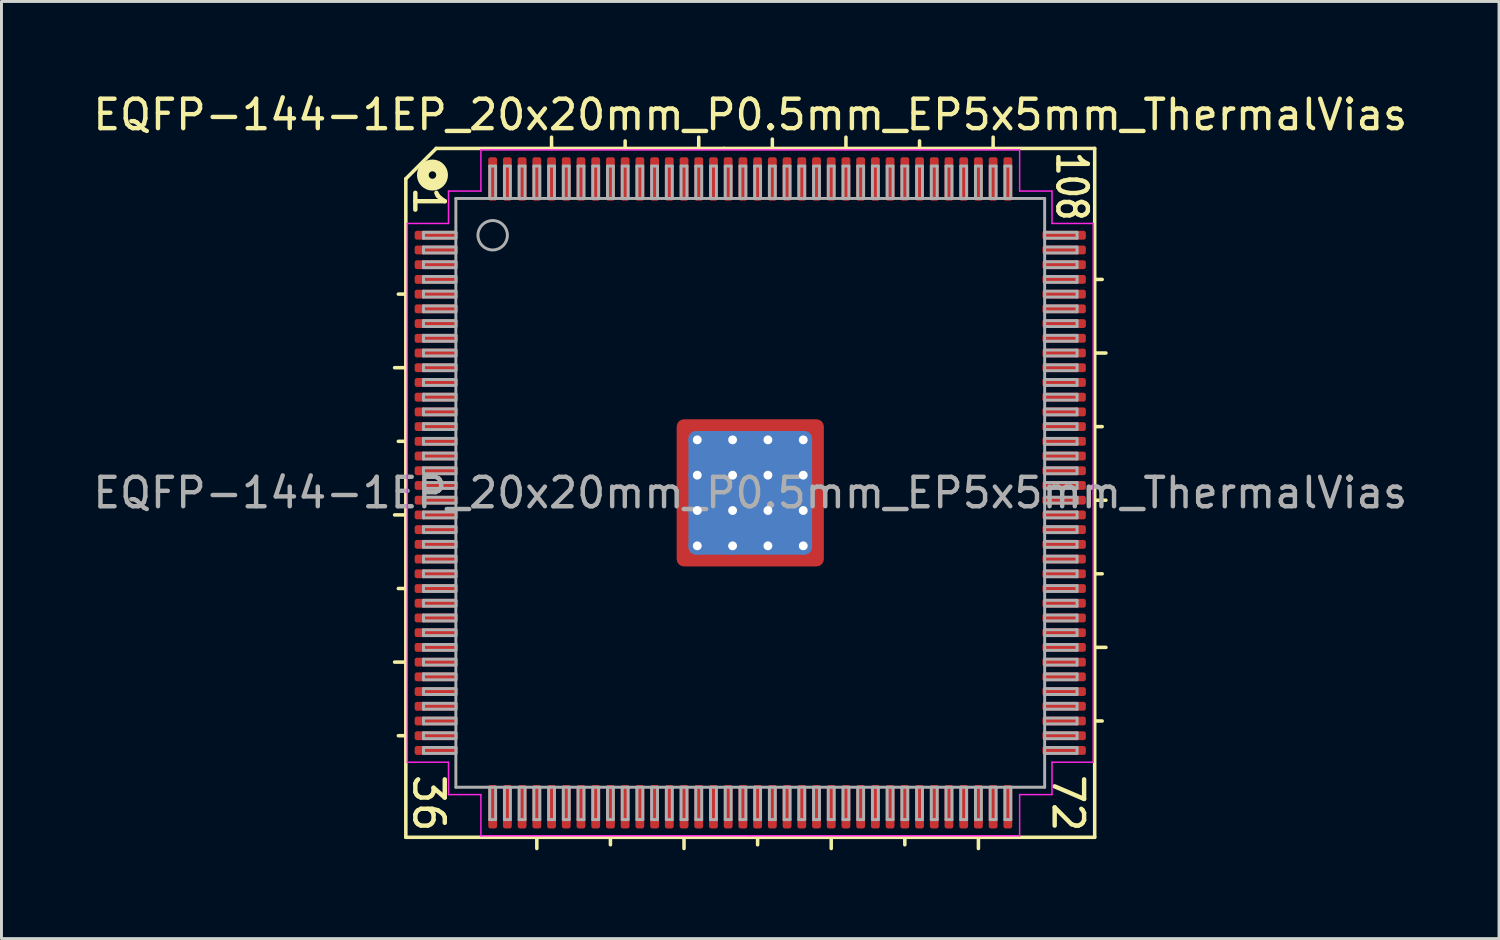
<source format=kicad_pcb>
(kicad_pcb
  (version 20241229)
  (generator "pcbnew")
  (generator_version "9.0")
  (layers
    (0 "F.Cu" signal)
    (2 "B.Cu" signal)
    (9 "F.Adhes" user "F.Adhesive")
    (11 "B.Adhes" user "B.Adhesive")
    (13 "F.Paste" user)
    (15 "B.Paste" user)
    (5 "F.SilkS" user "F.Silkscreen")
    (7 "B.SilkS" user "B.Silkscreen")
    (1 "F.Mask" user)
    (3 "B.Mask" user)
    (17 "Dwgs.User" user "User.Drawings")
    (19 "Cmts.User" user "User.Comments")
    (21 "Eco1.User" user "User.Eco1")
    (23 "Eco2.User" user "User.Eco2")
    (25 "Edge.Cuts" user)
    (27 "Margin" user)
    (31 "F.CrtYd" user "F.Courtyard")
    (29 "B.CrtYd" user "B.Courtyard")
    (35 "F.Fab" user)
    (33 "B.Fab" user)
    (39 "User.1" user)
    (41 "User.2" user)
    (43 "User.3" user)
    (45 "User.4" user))
  (footprint "EQFP-144-1EP_20x20mm_P0.5mm_EP5x5mm_ThermalVias"
    (layer "F.Cu")
    (at 22.435 13.691)
    (property "Reference" "EQFP-144-1EP_20x20mm_P0.5mm_EP5x5mm_ThermalVias" (at 0 -12.843 0) (layer "F.SilkS") (effects (font (size 1 1) (thickness 0.15))))
    (attr smd)
    (fp_line (start -11.7 -10.668) (end -11.7 11.7) (stroke (width 0.12) (type solid)) (layer "F.SilkS"))
    (fp_line (start -11.7 -6.75) (end -11.954 -6.75) (stroke (width 0.12) (type solid)) (layer "F.SilkS"))
    (fp_line (start -11.7 -4.25) (end -12.081 -4.25) (stroke (width 0.12) (type solid)) (layer "F.SilkS"))
    (fp_line (start -11.7 -1.75) (end -11.954 -1.75) (stroke (width 0.12) (type solid)) (layer "F.SilkS"))
    (fp_line (start -11.7 0.75) (end -12.081 0.75) (stroke (width 0.12) (type solid)) (layer "F.SilkS"))
    (fp_line (start -11.7 3.25) (end -11.954 3.25) (stroke (width 0.12) (type solid)) (layer "F.SilkS"))
    (fp_line (start -11.7 5.75) (end -12.081 5.75) (stroke (width 0.12) (type solid)) (layer "F.SilkS"))
    (fp_line (start -11.7 8.25) (end -11.954 8.25) (stroke (width 0.12) (type solid)) (layer "F.SilkS"))
    (fp_line (start -11.7 11.7) (end 11.7 11.7) (stroke (width 0.12) (type solid)) (layer "F.SilkS"))
    (fp_line (start -10.668 -11.7) (end -11.7 -10.668) (stroke (width 0.12) (type solid)) (layer "F.SilkS"))
    (fp_line (start -7.25 11.7) (end -7.25 12.081) (stroke (width 0.12) (type solid)) (layer "F.SilkS"))
    (fp_line (start -6.75 -11.7) (end -6.75 -12.081) (stroke (width 0.12) (type solid)) (layer "F.SilkS"))
    (fp_line (start -4.75 11.7) (end -4.75 11.954) (stroke (width 0.12) (type solid)) (layer "F.SilkS"))
    (fp_line (start -4.25 -11.7) (end -4.25 -11.954) (stroke (width 0.12) (type solid)) (layer "F.SilkS"))
    (fp_line (start -2.25 11.7) (end -2.25 12.081) (stroke (width 0.12) (type solid)) (layer "F.SilkS"))
    (fp_line (start -1.75 -11.7) (end -1.75 -12.081) (stroke (width 0.12) (type solid)) (layer "F.SilkS"))
    (fp_line (start -0.889 -11.7) (end -10.668 -11.7) (stroke (width 0.12) (type solid)) (layer "F.SilkS"))
    (fp_line (start 0.25 11.7) (end 0.25 11.954) (stroke (width 0.12) (type solid)) (layer "F.SilkS"))
    (fp_line (start 0.75 -11.766) (end 0.75 -12.016) (stroke (width 0.12) (type solid)) (layer "F.SilkS"))
    (fp_line (start 2.75 11.7) (end 2.75 12.081) (stroke (width 0.12) (type solid)) (layer "F.SilkS"))
    (fp_line (start 3.25 -11.7) (end 3.25 -12.081) (stroke (width 0.12) (type solid)) (layer "F.SilkS"))
    (fp_line (start 5.25 11.7) (end 5.25 11.954) (stroke (width 0.12) (type solid)) (layer "F.SilkS"))
    (fp_line (start 5.75 -11.7) (end 5.75 -11.954) (stroke (width 0.12) (type solid)) (layer "F.SilkS"))
    (fp_line (start 7.75 11.7) (end 7.75 12.081) (stroke (width 0.12) (type solid)) (layer "F.SilkS"))
    (fp_line (start 8.25 -11.7) (end 8.25 -12.081) (stroke (width 0.12) (type solid)) (layer "F.SilkS"))
    (fp_line (start 11.7 -11.7) (end -0.889 -11.7) (stroke (width 0.12) (type solid)) (layer "F.SilkS"))
    (fp_line (start 11.7 -7.25) (end 11.954 -7.25) (stroke (width 0.12) (type solid)) (layer "F.SilkS"))
    (fp_line (start 11.7 -4.75) (end 12.081 -4.75) (stroke (width 0.12) (type solid)) (layer "F.SilkS"))
    (fp_line (start 11.7 -2.25) (end 11.954 -2.25) (stroke (width 0.12) (type solid)) (layer "F.SilkS"))
    (fp_line (start 11.7 0.25) (end 12.081 0.25) (stroke (width 0.12) (type solid)) (layer "F.SilkS"))
    (fp_line (start 11.7 2.75) (end 11.954 2.75) (stroke (width 0.12) (type solid)) (layer "F.SilkS"))
    (fp_line (start 11.7 5.25) (end 12.081 5.25) (stroke (width 0.12) (type solid)) (layer "F.SilkS"))
    (fp_line (start 11.7 7.75) (end 11.954 7.75) (stroke (width 0.12) (type solid)) (layer "F.SilkS"))
    (fp_line (start 11.7 11.7) (end 11.7 -11.7) (stroke (width 0.12) (type solid)) (layer "F.SilkS"))
    (fp_circle (center -10.795 -10.795) (end -10.668 -10.795) (stroke (width 0.4) (type solid)) (fill no) (layer "F.SilkS"))
    (fp_line (start -11.65 -9.15) (end -11.65 0) (stroke (width 0.05) (type solid)) (layer "F.CrtYd"))
    (fp_line (start -11.65 9.15) (end -11.65 0) (stroke (width 0.05) (type solid)) (layer "F.CrtYd"))
    (fp_line (start -10.25 -10.25) (end -10.25 -9.15) (stroke (width 0.05) (type solid)) (layer "F.CrtYd"))
    (fp_line (start -10.25 -9.15) (end -11.65 -9.15) (stroke (width 0.05) (type solid)) (layer "F.CrtYd"))
    (fp_line (start -10.25 9.15) (end -11.65 9.15) (stroke (width 0.05) (type solid)) (layer "F.CrtYd"))
    (fp_line (start -10.25 10.25) (end -10.25 9.15) (stroke (width 0.05) (type solid)) (layer "F.CrtYd"))
    (fp_line (start -9.15 -11.65) (end -9.15 -10.25) (stroke (width 0.05) (type solid)) (layer "F.CrtYd"))
    (fp_line (start -9.15 -10.25) (end -10.25 -10.25) (stroke (width 0.05) (type solid)) (layer "F.CrtYd"))
    (fp_line (start -9.15 10.25) (end -10.25 10.25) (stroke (width 0.05) (type solid)) (layer "F.CrtYd"))
    (fp_line (start -9.15 11.65) (end -9.15 10.25) (stroke (width 0.05) (type solid)) (layer "F.CrtYd"))
    (fp_line (start 0 -11.65) (end -9.15 -11.65) (stroke (width 0.05) (type solid)) (layer "F.CrtYd"))
    (fp_line (start 0 -11.65) (end 9.15 -11.65) (stroke (width 0.05) (type solid)) (layer "F.CrtYd"))
    (fp_line (start 0 11.65) (end -9.15 11.65) (stroke (width 0.05) (type solid)) (layer "F.CrtYd"))
    (fp_line (start 0 11.65) (end 9.15 11.65) (stroke (width 0.05) (type solid)) (layer "F.CrtYd"))
    (fp_line (start 9.15 -11.65) (end 9.15 -10.25) (stroke (width 0.05) (type solid)) (layer "F.CrtYd"))
    (fp_line (start 9.15 -10.25) (end 10.25 -10.25) (stroke (width 0.05) (type solid)) (layer "F.CrtYd"))
    (fp_line (start 9.15 10.25) (end 10.25 10.25) (stroke (width 0.05) (type solid)) (layer "F.CrtYd"))
    (fp_line (start 9.15 11.65) (end 9.15 10.25) (stroke (width 0.05) (type solid)) (layer "F.CrtYd"))
    (fp_line (start 10.25 -10.25) (end 10.25 -9.15) (stroke (width 0.05) (type solid)) (layer "F.CrtYd"))
    (fp_line (start 10.25 -9.15) (end 11.65 -9.15) (stroke (width 0.05) (type solid)) (layer "F.CrtYd"))
    (fp_line (start 10.25 9.15) (end 11.65 9.15) (stroke (width 0.05) (type solid)) (layer "F.CrtYd"))
    (fp_line (start 10.25 10.25) (end 10.25 9.15) (stroke (width 0.05) (type solid)) (layer "F.CrtYd"))
    (fp_line (start 11.65 -9.15) (end 11.65 0) (stroke (width 0.05) (type solid)) (layer "F.CrtYd"))
    (fp_line (start 11.65 9.15) (end 11.65 0) (stroke (width 0.05) (type solid)) (layer "F.CrtYd"))
    (fp_line (start -11.1 -8.85) (end -11.1 -8.65) (stroke (width 0.1) (type solid)) (layer "F.Fab"))
    (fp_line (start -11.1 -8.85) (end -10 -8.85) (stroke (width 0.1) (type solid)) (layer "F.Fab"))
    (fp_line (start -11.1 -8.65) (end -10 -8.65) (stroke (width 0.1) (type solid)) (layer "F.Fab"))
    (fp_line (start -11.1 -8.35) (end -11.1 -8.15) (stroke (width 0.1) (type solid)) (layer "F.Fab"))
    (fp_line (start -11.1 -8.35) (end -10 -8.35) (stroke (width 0.1) (type solid)) (layer "F.Fab"))
    (fp_line (start -11.1 -8.15) (end -10 -8.15) (stroke (width 0.1) (type solid)) (layer "F.Fab"))
    (fp_line (start -11.1 -7.85) (end -11.1 -7.65) (stroke (width 0.1) (type solid)) (layer "F.Fab"))
    (fp_line (start -11.1 -7.85) (end -10 -7.85) (stroke (width 0.1) (type solid)) (layer "F.Fab"))
    (fp_line (start -11.1 -7.65) (end -10 -7.65) (stroke (width 0.1) (type solid)) (layer "F.Fab"))
    (fp_line (start -11.1 -7.35) (end -11.1 -7.15) (stroke (width 0.1) (type solid)) (layer "F.Fab"))
    (fp_line (start -11.1 -7.35) (end -10 -7.35) (stroke (width 0.1) (type solid)) (layer "F.Fab"))
    (fp_line (start -11.1 -7.15) (end -10 -7.15) (stroke (width 0.1) (type solid)) (layer "F.Fab"))
    (fp_line (start -11.1 -6.85) (end -11.1 -6.65) (stroke (width 0.1) (type solid)) (layer "F.Fab"))
    (fp_line (start -11.1 -6.85) (end -10 -6.85) (stroke (width 0.1) (type solid)) (layer "F.Fab"))
    (fp_line (start -11.1 -6.65) (end -10 -6.65) (stroke (width 0.1) (type solid)) (layer "F.Fab"))
    (fp_line (start -11.1 -6.35) (end -11.1 -6.15) (stroke (width 0.1) (type solid)) (layer "F.Fab"))
    (fp_line (start -11.1 -6.35) (end -10 -6.35) (stroke (width 0.1) (type solid)) (layer "F.Fab"))
    (fp_line (start -11.1 -6.15) (end -10 -6.15) (stroke (width 0.1) (type solid)) (layer "F.Fab"))
    (fp_line (start -11.1 -5.85) (end -11.1 -5.65) (stroke (width 0.1) (type solid)) (layer "F.Fab"))
    (fp_line (start -11.1 -5.85) (end -10 -5.85) (stroke (width 0.1) (type solid)) (layer "F.Fab"))
    (fp_line (start -11.1 -5.65) (end -10 -5.65) (stroke (width 0.1) (type solid)) (layer "F.Fab"))
    (fp_line (start -11.1 -5.35) (end -11.1 -5.15) (stroke (width 0.1) (type solid)) (layer "F.Fab"))
    (fp_line (start -11.1 -5.35) (end -10 -5.35) (stroke (width 0.1) (type solid)) (layer "F.Fab"))
    (fp_line (start -11.1 -5.15) (end -10 -5.15) (stroke (width 0.1) (type solid)) (layer "F.Fab"))
    (fp_line (start -11.1 -4.85) (end -11.1 -4.65) (stroke (width 0.1) (type solid)) (layer "F.Fab"))
    (fp_line (start -11.1 -4.85) (end -10 -4.85) (stroke (width 0.1) (type solid)) (layer "F.Fab"))
    (fp_line (start -11.1 -4.65) (end -10 -4.65) (stroke (width 0.1) (type solid)) (layer "F.Fab"))
    (fp_line (start -11.1 -4.35) (end -11.1 -4.15) (stroke (width 0.1) (type solid)) (layer "F.Fab"))
    (fp_line (start -11.1 -4.35) (end -10 -4.35) (stroke (width 0.1) (type solid)) (layer "F.Fab"))
    (fp_line (start -11.1 -4.15) (end -10 -4.15) (stroke (width 0.1) (type solid)) (layer "F.Fab"))
    (fp_line (start -11.1 -3.85) (end -11.1 -3.65) (stroke (width 0.1) (type solid)) (layer "F.Fab"))
    (fp_line (start -11.1 -3.85) (end -10 -3.85) (stroke (width 0.1) (type solid)) (layer "F.Fab"))
    (fp_line (start -11.1 -3.65) (end -10 -3.65) (stroke (width 0.1) (type solid)) (layer "F.Fab"))
    (fp_line (start -11.1 -3.35) (end -11.1 -3.15) (stroke (width 0.1) (type solid)) (layer "F.Fab"))
    (fp_line (start -11.1 -3.35) (end -10 -3.35) (stroke (width 0.1) (type solid)) (layer "F.Fab"))
    (fp_line (start -11.1 -3.15) (end -10 -3.15) (stroke (width 0.1) (type solid)) (layer "F.Fab"))
    (fp_line (start -11.1 -2.85) (end -11.1 -2.65) (stroke (width 0.1) (type solid)) (layer "F.Fab"))
    (fp_line (start -11.1 -2.85) (end -10 -2.85) (stroke (width 0.1) (type solid)) (layer "F.Fab"))
    (fp_line (start -11.1 -2.65) (end -10 -2.65) (stroke (width 0.1) (type solid)) (layer "F.Fab"))
    (fp_line (start -11.1 -2.35) (end -11.1 -2.15) (stroke (width 0.1) (type solid)) (layer "F.Fab"))
    (fp_line (start -11.1 -2.35) (end -10 -2.35) (stroke (width 0.1) (type solid)) (layer "F.Fab"))
    (fp_line (start -11.1 -2.15) (end -10 -2.15) (stroke (width 0.1) (type solid)) (layer "F.Fab"))
    (fp_line (start -11.1 -1.85) (end -11.1 -1.65) (stroke (width 0.1) (type solid)) (layer "F.Fab"))
    (fp_line (start -11.1 -1.85) (end -10 -1.85) (stroke (width 0.1) (type solid)) (layer "F.Fab"))
    (fp_line (start -11.1 -1.65) (end -10 -1.65) (stroke (width 0.1) (type solid)) (layer "F.Fab"))
    (fp_line (start -11.1 -1.35) (end -11.1 -1.15) (stroke (width 0.1) (type solid)) (layer "F.Fab"))
    (fp_line (start -11.1 -1.35) (end -10 -1.35) (stroke (width 0.1) (type solid)) (layer "F.Fab"))
    (fp_line (start -11.1 -1.15) (end -10 -1.15) (stroke (width 0.1) (type solid)) (layer "F.Fab"))
    (fp_line (start -11.1 -0.85) (end -11.1 -0.65) (stroke (width 0.1) (type solid)) (layer "F.Fab"))
    (fp_line (start -11.1 -0.85) (end -10 -0.85) (stroke (width 0.1) (type solid)) (layer "F.Fab"))
    (fp_line (start -11.1 -0.65) (end -10 -0.65) (stroke (width 0.1) (type solid)) (layer "F.Fab"))
    (fp_line (start -11.1 -0.35) (end -11.1 -0.15) (stroke (width 0.1) (type solid)) (layer "F.Fab"))
    (fp_line (start -11.1 -0.35) (end -10 -0.35) (stroke (width 0.1) (type solid)) (layer "F.Fab"))
    (fp_line (start -11.1 -0.15) (end -10 -0.15) (stroke (width 0.1) (type solid)) (layer "F.Fab"))
    (fp_line (start -11.1 0.15) (end -11.1 0.35) (stroke (width 0.1) (type solid)) (layer "F.Fab"))
    (fp_line (start -11.1 0.15) (end -10 0.15) (stroke (width 0.1) (type solid)) (layer "F.Fab"))
    (fp_line (start -11.1 0.35) (end -10 0.35) (stroke (width 0.1) (type solid)) (layer "F.Fab"))
    (fp_line (start -11.1 0.65) (end -11.1 0.85) (stroke (width 0.1) (type solid)) (layer "F.Fab"))
    (fp_line (start -11.1 0.65) (end -10 0.65) (stroke (width 0.1) (type solid)) (layer "F.Fab"))
    (fp_line (start -11.1 0.85) (end -10 0.85) (stroke (width 0.1) (type solid)) (layer "F.Fab"))
    (fp_line (start -11.1 1.15) (end -11.1 1.35) (stroke (width 0.1) (type solid)) (layer "F.Fab"))
    (fp_line (start -11.1 1.15) (end -10 1.15) (stroke (width 0.1) (type solid)) (layer "F.Fab"))
    (fp_line (start -11.1 1.35) (end -10 1.35) (stroke (width 0.1) (type solid)) (layer "F.Fab"))
    (fp_line (start -11.1 1.65) (end -11.1 1.85) (stroke (width 0.1) (type solid)) (layer "F.Fab"))
    (fp_line (start -11.1 1.65) (end -10 1.65) (stroke (width 0.1) (type solid)) (layer "F.Fab"))
    (fp_line (start -11.1 1.85) (end -10 1.85) (stroke (width 0.1) (type solid)) (layer "F.Fab"))
    (fp_line (start -11.1 2.15) (end -11.1 2.35) (stroke (width 0.1) (type solid)) (layer "F.Fab"))
    (fp_line (start -11.1 2.15) (end -10 2.15) (stroke (width 0.1) (type solid)) (layer "F.Fab"))
    (fp_line (start -11.1 2.35) (end -10 2.35) (stroke (width 0.1) (type solid)) (layer "F.Fab"))
    (fp_line (start -11.1 2.65) (end -11.1 2.85) (stroke (width 0.1) (type solid)) (layer "F.Fab"))
    (fp_line (start -11.1 2.65) (end -10 2.65) (stroke (width 0.1) (type solid)) (layer "F.Fab"))
    (fp_line (start -11.1 2.85) (end -10 2.85) (stroke (width 0.1) (type solid)) (layer "F.Fab"))
    (fp_line (start -11.1 3.15) (end -11.1 3.35) (stroke (width 0.1) (type solid)) (layer "F.Fab"))
    (fp_line (start -11.1 3.15) (end -10 3.15) (stroke (width 0.1) (type solid)) (layer "F.Fab"))
    (fp_line (start -11.1 3.35) (end -10 3.35) (stroke (width 0.1) (type solid)) (layer "F.Fab"))
    (fp_line (start -11.1 3.65) (end -11.1 3.85) (stroke (width 0.1) (type solid)) (layer "F.Fab"))
    (fp_line (start -11.1 3.65) (end -10 3.65) (stroke (width 0.1) (type solid)) (layer "F.Fab"))
    (fp_line (start -11.1 3.85) (end -10 3.85) (stroke (width 0.1) (type solid)) (layer "F.Fab"))
    (fp_line (start -11.1 4.15) (end -11.1 4.35) (stroke (width 0.1) (type solid)) (layer "F.Fab"))
    (fp_line (start -11.1 4.15) (end -10 4.15) (stroke (width 0.1) (type solid)) (layer "F.Fab"))
    (fp_line (start -11.1 4.35) (end -10 4.35) (stroke (width 0.1) (type solid)) (layer "F.Fab"))
    (fp_line (start -11.1 4.65) (end -11.1 4.85) (stroke (width 0.1) (type solid)) (layer "F.Fab"))
    (fp_line (start -11.1 4.65) (end -10 4.65) (stroke (width 0.1) (type solid)) (layer "F.Fab"))
    (fp_line (start -11.1 4.85) (end -10 4.85) (stroke (width 0.1) (type solid)) (layer "F.Fab"))
    (fp_line (start -11.1 5.15) (end -11.1 5.35) (stroke (width 0.1) (type solid)) (layer "F.Fab"))
    (fp_line (start -11.1 5.15) (end -10 5.15) (stroke (width 0.1) (type solid)) (layer "F.Fab"))
    (fp_line (start -11.1 5.35) (end -10 5.35) (stroke (width 0.1) (type solid)) (layer "F.Fab"))
    (fp_line (start -11.1 5.65) (end -11.1 5.85) (stroke (width 0.1) (type solid)) (layer "F.Fab"))
    (fp_line (start -11.1 5.65) (end -10 5.65) (stroke (width 0.1) (type solid)) (layer "F.Fab"))
    (fp_line (start -11.1 5.85) (end -10 5.85) (stroke (width 0.1) (type solid)) (layer "F.Fab"))
    (fp_line (start -11.1 6.15) (end -11.1 6.35) (stroke (width 0.1) (type solid)) (layer "F.Fab"))
    (fp_line (start -11.1 6.15) (end -10 6.15) (stroke (width 0.1) (type solid)) (layer "F.Fab"))
    (fp_line (start -11.1 6.35) (end -10 6.35) (stroke (width 0.1) (type solid)) (layer "F.Fab"))
    (fp_line (start -11.1 6.65) (end -11.1 6.85) (stroke (width 0.1) (type solid)) (layer "F.Fab"))
    (fp_line (start -11.1 6.65) (end -10 6.65) (stroke (width 0.1) (type solid)) (layer "F.Fab"))
    (fp_line (start -11.1 6.85) (end -10 6.85) (stroke (width 0.1) (type solid)) (layer "F.Fab"))
    (fp_line (start -11.1 7.15) (end -11.1 7.35) (stroke (width 0.1) (type solid)) (layer "F.Fab"))
    (fp_line (start -11.1 7.15) (end -10 7.15) (stroke (width 0.1) (type solid)) (layer "F.Fab"))
    (fp_line (start -11.1 7.35) (end -10 7.35) (stroke (width 0.1) (type solid)) (layer "F.Fab"))
    (fp_line (start -11.1 7.65) (end -11.1 7.85) (stroke (width 0.1) (type solid)) (layer "F.Fab"))
    (fp_line (start -11.1 7.65) (end -10 7.65) (stroke (width 0.1) (type solid)) (layer "F.Fab"))
    (fp_line (start -11.1 7.85) (end -10 7.85) (stroke (width 0.1) (type solid)) (layer "F.Fab"))
    (fp_line (start -11.1 8.15) (end -11.1 8.35) (stroke (width 0.1) (type solid)) (layer "F.Fab"))
    (fp_line (start -11.1 8.15) (end -10 8.15) (stroke (width 0.1) (type solid)) (layer "F.Fab"))
    (fp_line (start -11.1 8.35) (end -10 8.35) (stroke (width 0.1) (type solid)) (layer "F.Fab"))
    (fp_line (start -11.1 8.65) (end -11.1 8.85) (stroke (width 0.1) (type solid)) (layer "F.Fab"))
    (fp_line (start -11.1 8.65) (end -10 8.65) (stroke (width 0.1) (type solid)) (layer "F.Fab"))
    (fp_line (start -11.1 8.85) (end -10 8.85) (stroke (width 0.1) (type solid)) (layer "F.Fab"))
    (fp_line (start -10 -10) (end 10 -10) (stroke (width 0.1) (type solid)) (layer "F.Fab"))
    (fp_line (start -10 10) (end -10 -10) (stroke (width 0.1) (type solid)) (layer "F.Fab"))
    (fp_line (start -8.85 -11.1) (end -8.85 -10) (stroke (width 0.1) (type solid)) (layer "F.Fab"))
    (fp_line (start -8.85 11.1) (end -8.85 10) (stroke (width 0.1) (type solid)) (layer "F.Fab"))
    (fp_line (start -8.85 11.1) (end -8.65 11.1) (stroke (width 0.1) (type solid)) (layer "F.Fab"))
    (fp_line (start -8.65 -11.1) (end -8.85 -11.1) (stroke (width 0.1) (type solid)) (layer "F.Fab"))
    (fp_line (start -8.65 -11.1) (end -8.65 -10) (stroke (width 0.1) (type solid)) (layer "F.Fab"))
    (fp_line (start -8.65 11.1) (end -8.65 10) (stroke (width 0.1) (type solid)) (layer "F.Fab"))
    (fp_line (start -8.35 -11.1) (end -8.35 -10) (stroke (width 0.1) (type solid)) (layer "F.Fab"))
    (fp_line (start -8.35 11.1) (end -8.35 10) (stroke (width 0.1) (type solid)) (layer "F.Fab"))
    (fp_line (start -8.35 11.1) (end -8.15 11.1) (stroke (width 0.1) (type solid)) (layer "F.Fab"))
    (fp_line (start -8.15 -11.1) (end -8.35 -11.1) (stroke (width 0.1) (type solid)) (layer "F.Fab"))
    (fp_line (start -8.15 -11.1) (end -8.15 -10) (stroke (width 0.1) (type solid)) (layer "F.Fab"))
    (fp_line (start -8.15 11.1) (end -8.15 10) (stroke (width 0.1) (type solid)) (layer "F.Fab"))
    (fp_line (start -7.85 -11.1) (end -7.85 -10) (stroke (width 0.1) (type solid)) (layer "F.Fab"))
    (fp_line (start -7.85 11.1) (end -7.85 10) (stroke (width 0.1) (type solid)) (layer "F.Fab"))
    (fp_line (start -7.85 11.1) (end -7.65 11.1) (stroke (width 0.1) (type solid)) (layer "F.Fab"))
    (fp_line (start -7.65 -11.1) (end -7.85 -11.1) (stroke (width 0.1) (type solid)) (layer "F.Fab"))
    (fp_line (start -7.65 -11.1) (end -7.65 -10) (stroke (width 0.1) (type solid)) (layer "F.Fab"))
    (fp_line (start -7.65 11.1) (end -7.65 10) (stroke (width 0.1) (type solid)) (layer "F.Fab"))
    (fp_line (start -7.35 -11.1) (end -7.35 -10) (stroke (width 0.1) (type solid)) (layer "F.Fab"))
    (fp_line (start -7.35 11.1) (end -7.35 10) (stroke (width 0.1) (type solid)) (layer "F.Fab"))
    (fp_line (start -7.35 11.1) (end -7.15 11.1) (stroke (width 0.1) (type solid)) (layer "F.Fab"))
    (fp_line (start -7.15 -11.1) (end -7.35 -11.1) (stroke (width 0.1) (type solid)) (layer "F.Fab"))
    (fp_line (start -7.15 -11.1) (end -7.15 -10) (stroke (width 0.1) (type solid)) (layer "F.Fab"))
    (fp_line (start -7.15 11.1) (end -7.15 10) (stroke (width 0.1) (type solid)) (layer "F.Fab"))
    (fp_line (start -6.85 -11.1) (end -6.85 -10) (stroke (width 0.1) (type solid)) (layer "F.Fab"))
    (fp_line (start -6.85 11.1) (end -6.85 10) (stroke (width 0.1) (type solid)) (layer "F.Fab"))
    (fp_line (start -6.85 11.1) (end -6.65 11.1) (stroke (width 0.1) (type solid)) (layer "F.Fab"))
    (fp_line (start -6.65 -11.1) (end -6.85 -11.1) (stroke (width 0.1) (type solid)) (layer "F.Fab"))
    (fp_line (start -6.65 -11.1) (end -6.65 -10) (stroke (width 0.1) (type solid)) (layer "F.Fab"))
    (fp_line (start -6.65 11.1) (end -6.65 10) (stroke (width 0.1) (type solid)) (layer "F.Fab"))
    (fp_line (start -6.35 -11.1) (end -6.35 -10) (stroke (width 0.1) (type solid)) (layer "F.Fab"))
    (fp_line (start -6.35 11.1) (end -6.35 10) (stroke (width 0.1) (type solid)) (layer "F.Fab"))
    (fp_line (start -6.35 11.1) (end -6.15 11.1) (stroke (width 0.1) (type solid)) (layer "F.Fab"))
    (fp_line (start -6.15 -11.1) (end -6.35 -11.1) (stroke (width 0.1) (type solid)) (layer "F.Fab"))
    (fp_line (start -6.15 -11.1) (end -6.15 -10) (stroke (width 0.1) (type solid)) (layer "F.Fab"))
    (fp_line (start -6.15 11.1) (end -6.15 10) (stroke (width 0.1) (type solid)) (layer "F.Fab"))
    (fp_line (start -5.85 -11.1) (end -5.85 -10) (stroke (width 0.1) (type solid)) (layer "F.Fab"))
    (fp_line (start -5.85 11.1) (end -5.85 10) (stroke (width 0.1) (type solid)) (layer "F.Fab"))
    (fp_line (start -5.85 11.1) (end -5.65 11.1) (stroke (width 0.1) (type solid)) (layer "F.Fab"))
    (fp_line (start -5.65 -11.1) (end -5.85 -11.1) (stroke (width 0.1) (type solid)) (layer "F.Fab"))
    (fp_line (start -5.65 -11.1) (end -5.65 -10) (stroke (width 0.1) (type solid)) (layer "F.Fab"))
    (fp_line (start -5.65 11.1) (end -5.65 10) (stroke (width 0.1) (type solid)) (layer "F.Fab"))
    (fp_line (start -5.35 -11.1) (end -5.35 -10) (stroke (width 0.1) (type solid)) (layer "F.Fab"))
    (fp_line (start -5.35 11.1) (end -5.35 10) (stroke (width 0.1) (type solid)) (layer "F.Fab"))
    (fp_line (start -5.35 11.1) (end -5.15 11.1) (stroke (width 0.1) (type solid)) (layer "F.Fab"))
    (fp_line (start -5.15 -11.1) (end -5.35 -11.1) (stroke (width 0.1) (type solid)) (layer "F.Fab"))
    (fp_line (start -5.15 -11.1) (end -5.15 -10) (stroke (width 0.1) (type solid)) (layer "F.Fab"))
    (fp_line (start -5.15 11.1) (end -5.15 10) (stroke (width 0.1) (type solid)) (layer "F.Fab"))
    (fp_line (start -4.85 -11.1) (end -4.85 -10) (stroke (width 0.1) (type solid)) (layer "F.Fab"))
    (fp_line (start -4.85 11.1) (end -4.85 10) (stroke (width 0.1) (type solid)) (layer "F.Fab"))
    (fp_line (start -4.85 11.1) (end -4.65 11.1) (stroke (width 0.1) (type solid)) (layer "F.Fab"))
    (fp_line (start -4.65 -11.1) (end -4.85 -11.1) (stroke (width 0.1) (type solid)) (layer "F.Fab"))
    (fp_line (start -4.65 -11.1) (end -4.65 -10) (stroke (width 0.1) (type solid)) (layer "F.Fab"))
    (fp_line (start -4.65 11.1) (end -4.65 10) (stroke (width 0.1) (type solid)) (layer "F.Fab"))
    (fp_line (start -4.35 -11.1) (end -4.35 -10) (stroke (width 0.1) (type solid)) (layer "F.Fab"))
    (fp_line (start -4.35 11.1) (end -4.35 10) (stroke (width 0.1) (type solid)) (layer "F.Fab"))
    (fp_line (start -4.35 11.1) (end -4.15 11.1) (stroke (width 0.1) (type solid)) (layer "F.Fab"))
    (fp_line (start -4.15 -11.1) (end -4.35 -11.1) (stroke (width 0.1) (type solid)) (layer "F.Fab"))
    (fp_line (start -4.15 -11.1) (end -4.15 -10) (stroke (width 0.1) (type solid)) (layer "F.Fab"))
    (fp_line (start -4.15 11.1) (end -4.15 10) (stroke (width 0.1) (type solid)) (layer "F.Fab"))
    (fp_line (start -3.85 -11.1) (end -3.85 -10) (stroke (width 0.1) (type solid)) (layer "F.Fab"))
    (fp_line (start -3.85 11.1) (end -3.85 10) (stroke (width 0.1) (type solid)) (layer "F.Fab"))
    (fp_line (start -3.85 11.1) (end -3.65 11.1) (stroke (width 0.1) (type solid)) (layer "F.Fab"))
    (fp_line (start -3.65 -11.1) (end -3.85 -11.1) (stroke (width 0.1) (type solid)) (layer "F.Fab"))
    (fp_line (start -3.65 -11.1) (end -3.65 -10) (stroke (width 0.1) (type solid)) (layer "F.Fab"))
    (fp_line (start -3.65 11.1) (end -3.65 10) (stroke (width 0.1) (type solid)) (layer "F.Fab"))
    (fp_line (start -3.35 -11.1) (end -3.35 -10) (stroke (width 0.1) (type solid)) (layer "F.Fab"))
    (fp_line (start -3.35 11.1) (end -3.35 10) (stroke (width 0.1) (type solid)) (layer "F.Fab"))
    (fp_line (start -3.35 11.1) (end -3.15 11.1) (stroke (width 0.1) (type solid)) (layer "F.Fab"))
    (fp_line (start -3.15 -11.1) (end -3.35 -11.1) (stroke (width 0.1) (type solid)) (layer "F.Fab"))
    (fp_line (start -3.15 -11.1) (end -3.15 -10) (stroke (width 0.1) (type solid)) (layer "F.Fab"))
    (fp_line (start -3.15 11.1) (end -3.15 10) (stroke (width 0.1) (type solid)) (layer "F.Fab"))
    (fp_line (start -2.85 -11.1) (end -2.85 -10) (stroke (width 0.1) (type solid)) (layer "F.Fab"))
    (fp_line (start -2.85 11.1) (end -2.85 10) (stroke (width 0.1) (type solid)) (layer "F.Fab"))
    (fp_line (start -2.85 11.1) (end -2.65 11.1) (stroke (width 0.1) (type solid)) (layer "F.Fab"))
    (fp_line (start -2.65 -11.1) (end -2.85 -11.1) (stroke (width 0.1) (type solid)) (layer "F.Fab"))
    (fp_line (start -2.65 -11.1) (end -2.65 -10) (stroke (width 0.1) (type solid)) (layer "F.Fab"))
    (fp_line (start -2.65 11.1) (end -2.65 10) (stroke (width 0.1) (type solid)) (layer "F.Fab"))
    (fp_line (start -2.35 -11.1) (end -2.35 -10) (stroke (width 0.1) (type solid)) (layer "F.Fab"))
    (fp_line (start -2.35 11.1) (end -2.35 10) (stroke (width 0.1) (type solid)) (layer "F.Fab"))
    (fp_line (start -2.35 11.1) (end -2.15 11.1) (stroke (width 0.1) (type solid)) (layer "F.Fab"))
    (fp_line (start -2.15 -11.1) (end -2.35 -11.1) (stroke (width 0.1) (type solid)) (layer "F.Fab"))
    (fp_line (start -2.15 -11.1) (end -2.15 -10) (stroke (width 0.1) (type solid)) (layer "F.Fab"))
    (fp_line (start -2.15 11.1) (end -2.15 10) (stroke (width 0.1) (type solid)) (layer "F.Fab"))
    (fp_line (start -1.85 -11.1) (end -1.85 -10) (stroke (width 0.1) (type solid)) (layer "F.Fab"))
    (fp_line (start -1.85 11.1) (end -1.85 10) (stroke (width 0.1) (type solid)) (layer "F.Fab"))
    (fp_line (start -1.85 11.1) (end -1.65 11.1) (stroke (width 0.1) (type solid)) (layer "F.Fab"))
    (fp_line (start -1.65 -11.1) (end -1.85 -11.1) (stroke (width 0.1) (type solid)) (layer "F.Fab"))
    (fp_line (start -1.65 -11.1) (end -1.65 -10) (stroke (width 0.1) (type solid)) (layer "F.Fab"))
    (fp_line (start -1.65 11.1) (end -1.65 10) (stroke (width 0.1) (type solid)) (layer "F.Fab"))
    (fp_line (start -1.35 -11.1) (end -1.35 -10) (stroke (width 0.1) (type solid)) (layer "F.Fab"))
    (fp_line (start -1.35 11.1) (end -1.35 10) (stroke (width 0.1) (type solid)) (layer "F.Fab"))
    (fp_line (start -1.35 11.1) (end -1.15 11.1) (stroke (width 0.1) (type solid)) (layer "F.Fab"))
    (fp_line (start -1.15 -11.1) (end -1.35 -11.1) (stroke (width 0.1) (type solid)) (layer "F.Fab"))
    (fp_line (start -1.15 -11.1) (end -1.15 -10) (stroke (width 0.1) (type solid)) (layer "F.Fab"))
    (fp_line (start -1.15 11.1) (end -1.15 10) (stroke (width 0.1) (type solid)) (layer "F.Fab"))
    (fp_line (start -0.85 -11.1) (end -0.85 -10) (stroke (width 0.1) (type solid)) (layer "F.Fab"))
    (fp_line (start -0.85 11.1) (end -0.85 10) (stroke (width 0.1) (type solid)) (layer "F.Fab"))
    (fp_line (start -0.85 11.1) (end -0.65 11.1) (stroke (width 0.1) (type solid)) (layer "F.Fab"))
    (fp_line (start -0.65 -11.1) (end -0.85 -11.1) (stroke (width 0.1) (type solid)) (layer "F.Fab"))
    (fp_line (start -0.65 -11.1) (end -0.65 -10) (stroke (width 0.1) (type solid)) (layer "F.Fab"))
    (fp_line (start -0.65 11.1) (end -0.65 10) (stroke (width 0.1) (type solid)) (layer "F.Fab"))
    (fp_line (start -0.35 -11.1) (end -0.35 -10) (stroke (width 0.1) (type solid)) (layer "F.Fab"))
    (fp_line (start -0.35 11.1) (end -0.35 10) (stroke (width 0.1) (type solid)) (layer "F.Fab"))
    (fp_line (start -0.35 11.1) (end -0.15 11.1) (stroke (width 0.1) (type solid)) (layer "F.Fab"))
    (fp_line (start -0.15 -11.1) (end -0.35 -11.1) (stroke (width 0.1) (type solid)) (layer "F.Fab"))
    (fp_line (start -0.15 -11.1) (end -0.15 -10) (stroke (width 0.1) (type solid)) (layer "F.Fab"))
    (fp_line (start -0.15 11.1) (end -0.15 10) (stroke (width 0.1) (type solid)) (layer "F.Fab"))
    (fp_line (start 0.15 -11.1) (end 0.15 -10) (stroke (width 0.1) (type solid)) (layer "F.Fab"))
    (fp_line (start 0.15 11.1) (end 0.15 10) (stroke (width 0.1) (type solid)) (layer "F.Fab"))
    (fp_line (start 0.15 11.1) (end 0.35 11.1) (stroke (width 0.1) (type solid)) (layer "F.Fab"))
    (fp_line (start 0.35 -11.1) (end 0.15 -11.1) (stroke (width 0.1) (type solid)) (layer "F.Fab"))
    (fp_line (start 0.35 -11.1) (end 0.35 -10) (stroke (width 0.1) (type solid)) (layer "F.Fab"))
    (fp_line (start 0.35 11.1) (end 0.35 10) (stroke (width 0.1) (type solid)) (layer "F.Fab"))
    (fp_line (start 0.65 -11.1) (end 0.65 -10) (stroke (width 0.1) (type solid)) (layer "F.Fab"))
    (fp_line (start 0.65 11.1) (end 0.65 10) (stroke (width 0.1) (type solid)) (layer "F.Fab"))
    (fp_line (start 0.65 11.1) (end 0.85 11.1) (stroke (width 0.1) (type solid)) (layer "F.Fab"))
    (fp_line (start 0.85 -11.1) (end 0.65 -11.1) (stroke (width 0.1) (type solid)) (layer "F.Fab"))
    (fp_line (start 0.85 -11.1) (end 0.85 -10) (stroke (width 0.1) (type solid)) (layer "F.Fab"))
    (fp_line (start 0.85 11.1) (end 0.85 10) (stroke (width 0.1) (type solid)) (layer "F.Fab"))
    (fp_line (start 1.15 -11.1) (end 1.15 -10) (stroke (width 0.1) (type solid)) (layer "F.Fab"))
    (fp_line (start 1.15 11.1) (end 1.15 10) (stroke (width 0.1) (type solid)) (layer "F.Fab"))
    (fp_line (start 1.15 11.1) (end 1.35 11.1) (stroke (width 0.1) (type solid)) (layer "F.Fab"))
    (fp_line (start 1.35 -11.1) (end 1.15 -11.1) (stroke (width 0.1) (type solid)) (layer "F.Fab"))
    (fp_line (start 1.35 -11.1) (end 1.35 -10) (stroke (width 0.1) (type solid)) (layer "F.Fab"))
    (fp_line (start 1.35 11.1) (end 1.35 10) (stroke (width 0.1) (type solid)) (layer "F.Fab"))
    (fp_line (start 1.65 -11.1) (end 1.65 -10) (stroke (width 0.1) (type solid)) (layer "F.Fab"))
    (fp_line (start 1.65 11.1) (end 1.65 10) (stroke (width 0.1) (type solid)) (layer "F.Fab"))
    (fp_line (start 1.65 11.1) (end 1.85 11.1) (stroke (width 0.1) (type solid)) (layer "F.Fab"))
    (fp_line (start 1.85 -11.1) (end 1.65 -11.1) (stroke (width 0.1) (type solid)) (layer "F.Fab"))
    (fp_line (start 1.85 -11.1) (end 1.85 -10) (stroke (width 0.1) (type solid)) (layer "F.Fab"))
    (fp_line (start 1.85 11.1) (end 1.85 10) (stroke (width 0.1) (type solid)) (layer "F.Fab"))
    (fp_line (start 2.15 -11.1) (end 2.15 -10) (stroke (width 0.1) (type solid)) (layer "F.Fab"))
    (fp_line (start 2.15 11.1) (end 2.15 10) (stroke (width 0.1) (type solid)) (layer "F.Fab"))
    (fp_line (start 2.15 11.1) (end 2.35 11.1) (stroke (width 0.1) (type solid)) (layer "F.Fab"))
    (fp_line (start 2.35 -11.1) (end 2.15 -11.1) (stroke (width 0.1) (type solid)) (layer "F.Fab"))
    (fp_line (start 2.35 -11.1) (end 2.35 -10) (stroke (width 0.1) (type solid)) (layer "F.Fab"))
    (fp_line (start 2.35 11.1) (end 2.35 10) (stroke (width 0.1) (type solid)) (layer "F.Fab"))
    (fp_line (start 2.65 -11.1) (end 2.65 -10) (stroke (width 0.1) (type solid)) (layer "F.Fab"))
    (fp_line (start 2.65 11.1) (end 2.65 10) (stroke (width 0.1) (type solid)) (layer "F.Fab"))
    (fp_line (start 2.65 11.1) (end 2.85 11.1) (stroke (width 0.1) (type solid)) (layer "F.Fab"))
    (fp_line (start 2.85 -11.1) (end 2.65 -11.1) (stroke (width 0.1) (type solid)) (layer "F.Fab"))
    (fp_line (start 2.85 -11.1) (end 2.85 -10) (stroke (width 0.1) (type solid)) (layer "F.Fab"))
    (fp_line (start 2.85 11.1) (end 2.85 10) (stroke (width 0.1) (type solid)) (layer "F.Fab"))
    (fp_line (start 3.15 -11.1) (end 3.15 -10) (stroke (width 0.1) (type solid)) (layer "F.Fab"))
    (fp_line (start 3.15 11.1) (end 3.15 10) (stroke (width 0.1) (type solid)) (layer "F.Fab"))
    (fp_line (start 3.15 11.1) (end 3.35 11.1) (stroke (width 0.1) (type solid)) (layer "F.Fab"))
    (fp_line (start 3.35 -11.1) (end 3.15 -11.1) (stroke (width 0.1) (type solid)) (layer "F.Fab"))
    (fp_line (start 3.35 -11.1) (end 3.35 -10) (stroke (width 0.1) (type solid)) (layer "F.Fab"))
    (fp_line (start 3.35 11.1) (end 3.35 10) (stroke (width 0.1) (type solid)) (layer "F.Fab"))
    (fp_line (start 3.65 -11.1) (end 3.65 -10) (stroke (width 0.1) (type solid)) (layer "F.Fab"))
    (fp_line (start 3.65 11.1) (end 3.65 10) (stroke (width 0.1) (type solid)) (layer "F.Fab"))
    (fp_line (start 3.65 11.1) (end 3.85 11.1) (stroke (width 0.1) (type solid)) (layer "F.Fab"))
    (fp_line (start 3.85 -11.1) (end 3.65 -11.1) (stroke (width 0.1) (type solid)) (layer "F.Fab"))
    (fp_line (start 3.85 -11.1) (end 3.85 -10) (stroke (width 0.1) (type solid)) (layer "F.Fab"))
    (fp_line (start 3.85 11.1) (end 3.85 10) (stroke (width 0.1) (type solid)) (layer "F.Fab"))
    (fp_line (start 4.15 -11.1) (end 4.15 -10) (stroke (width 0.1) (type solid)) (layer "F.Fab"))
    (fp_line (start 4.15 11.1) (end 4.15 10) (stroke (width 0.1) (type solid)) (layer "F.Fab"))
    (fp_line (start 4.15 11.1) (end 4.35 11.1) (stroke (width 0.1) (type solid)) (layer "F.Fab"))
    (fp_line (start 4.35 -11.1) (end 4.15 -11.1) (stroke (width 0.1) (type solid)) (layer "F.Fab"))
    (fp_line (start 4.35 -11.1) (end 4.35 -10) (stroke (width 0.1) (type solid)) (layer "F.Fab"))
    (fp_line (start 4.35 11.1) (end 4.35 10) (stroke (width 0.1) (type solid)) (layer "F.Fab"))
    (fp_line (start 4.65 -11.1) (end 4.65 -10) (stroke (width 0.1) (type solid)) (layer "F.Fab"))
    (fp_line (start 4.65 11.1) (end 4.65 10) (stroke (width 0.1) (type solid)) (layer "F.Fab"))
    (fp_line (start 4.65 11.1) (end 4.85 11.1) (stroke (width 0.1) (type solid)) (layer "F.Fab"))
    (fp_line (start 4.85 -11.1) (end 4.65 -11.1) (stroke (width 0.1) (type solid)) (layer "F.Fab"))
    (fp_line (start 4.85 -11.1) (end 4.85 -10) (stroke (width 0.1) (type solid)) (layer "F.Fab"))
    (fp_line (start 4.85 11.1) (end 4.85 10) (stroke (width 0.1) (type solid)) (layer "F.Fab"))
    (fp_line (start 5.15 -11.1) (end 5.15 -10) (stroke (width 0.1) (type solid)) (layer "F.Fab"))
    (fp_line (start 5.15 11.1) (end 5.15 10) (stroke (width 0.1) (type solid)) (layer "F.Fab"))
    (fp_line (start 5.15 11.1) (end 5.35 11.1) (stroke (width 0.1) (type solid)) (layer "F.Fab"))
    (fp_line (start 5.35 -11.1) (end 5.15 -11.1) (stroke (width 0.1) (type solid)) (layer "F.Fab"))
    (fp_line (start 5.35 -11.1) (end 5.35 -10) (stroke (width 0.1) (type solid)) (layer "F.Fab"))
    (fp_line (start 5.35 11.1) (end 5.35 10) (stroke (width 0.1) (type solid)) (layer "F.Fab"))
    (fp_line (start 5.65 -11.1) (end 5.65 -10) (stroke (width 0.1) (type solid)) (layer "F.Fab"))
    (fp_line (start 5.65 11.1) (end 5.65 10) (stroke (width 0.1) (type solid)) (layer "F.Fab"))
    (fp_line (start 5.65 11.1) (end 5.85 11.1) (stroke (width 0.1) (type solid)) (layer "F.Fab"))
    (fp_line (start 5.85 -11.1) (end 5.65 -11.1) (stroke (width 0.1) (type solid)) (layer "F.Fab"))
    (fp_line (start 5.85 -11.1) (end 5.85 -10) (stroke (width 0.1) (type solid)) (layer "F.Fab"))
    (fp_line (start 5.85 11.1) (end 5.85 10) (stroke (width 0.1) (type solid)) (layer "F.Fab"))
    (fp_line (start 6.15 -11.1) (end 6.15 -10) (stroke (width 0.1) (type solid)) (layer "F.Fab"))
    (fp_line (start 6.15 11.1) (end 6.15 10) (stroke (width 0.1) (type solid)) (layer "F.Fab"))
    (fp_line (start 6.15 11.1) (end 6.35 11.1) (stroke (width 0.1) (type solid)) (layer "F.Fab"))
    (fp_line (start 6.35 -11.1) (end 6.15 -11.1) (stroke (width 0.1) (type solid)) (layer "F.Fab"))
    (fp_line (start 6.35 -11.1) (end 6.35 -10) (stroke (width 0.1) (type solid)) (layer "F.Fab"))
    (fp_line (start 6.35 11.1) (end 6.35 10) (stroke (width 0.1) (type solid)) (layer "F.Fab"))
    (fp_line (start 6.65 -11.1) (end 6.65 -10) (stroke (width 0.1) (type solid)) (layer "F.Fab"))
    (fp_line (start 6.65 11.1) (end 6.65 10) (stroke (width 0.1) (type solid)) (layer "F.Fab"))
    (fp_line (start 6.65 11.1) (end 6.85 11.1) (stroke (width 0.1) (type solid)) (layer "F.Fab"))
    (fp_line (start 6.85 -11.1) (end 6.65 -11.1) (stroke (width 0.1) (type solid)) (layer "F.Fab"))
    (fp_line (start 6.85 -11.1) (end 6.85 -10) (stroke (width 0.1) (type solid)) (layer "F.Fab"))
    (fp_line (start 6.85 11.1) (end 6.85 10) (stroke (width 0.1) (type solid)) (layer "F.Fab"))
    (fp_line (start 7.15 -11.1) (end 7.15 -10) (stroke (width 0.1) (type solid)) (layer "F.Fab"))
    (fp_line (start 7.15 11.1) (end 7.15 10) (stroke (width 0.1) (type solid)) (layer "F.Fab"))
    (fp_line (start 7.15 11.1) (end 7.35 11.1) (stroke (width 0.1) (type solid)) (layer "F.Fab"))
    (fp_line (start 7.35 -11.1) (end 7.15 -11.1) (stroke (width 0.1) (type solid)) (layer "F.Fab"))
    (fp_line (start 7.35 -11.1) (end 7.35 -10) (stroke (width 0.1) (type solid)) (layer "F.Fab"))
    (fp_line (start 7.35 11.1) (end 7.35 10) (stroke (width 0.1) (type solid)) (layer "F.Fab"))
    (fp_line (start 7.65 -11.1) (end 7.65 -10) (stroke (width 0.1) (type solid)) (layer "F.Fab"))
    (fp_line (start 7.65 11.1) (end 7.65 10) (stroke (width 0.1) (type solid)) (layer "F.Fab"))
    (fp_line (start 7.65 11.1) (end 7.85 11.1) (stroke (width 0.1) (type solid)) (layer "F.Fab"))
    (fp_line (start 7.85 -11.1) (end 7.65 -11.1) (stroke (width 0.1) (type solid)) (layer "F.Fab"))
    (fp_line (start 7.85 -11.1) (end 7.85 -10) (stroke (width 0.1) (type solid)) (layer "F.Fab"))
    (fp_line (start 7.85 11.1) (end 7.85 10) (stroke (width 0.1) (type solid)) (layer "F.Fab"))
    (fp_line (start 8.15 -11.1) (end 8.15 -10) (stroke (width 0.1) (type solid)) (layer "F.Fab"))
    (fp_line (start 8.15 11.1) (end 8.15 10) (stroke (width 0.1) (type solid)) (layer "F.Fab"))
    (fp_line (start 8.15 11.1) (end 8.35 11.1) (stroke (width 0.1) (type solid)) (layer "F.Fab"))
    (fp_line (start 8.35 -11.1) (end 8.15 -11.1) (stroke (width 0.1) (type solid)) (layer "F.Fab"))
    (fp_line (start 8.35 -11.1) (end 8.35 -10) (stroke (width 0.1) (type solid)) (layer "F.Fab"))
    (fp_line (start 8.35 11.1) (end 8.35 10) (stroke (width 0.1) (type solid)) (layer "F.Fab"))
    (fp_line (start 8.65 -11.1) (end 8.65 -10) (stroke (width 0.1) (type solid)) (layer "F.Fab"))
    (fp_line (start 8.65 11.1) (end 8.65 10) (stroke (width 0.1) (type solid)) (layer "F.Fab"))
    (fp_line (start 8.65 11.1) (end 8.85 11.1) (stroke (width 0.1) (type solid)) (layer "F.Fab"))
    (fp_line (start 8.85 -11.1) (end 8.65 -11.1) (stroke (width 0.1) (type solid)) (layer "F.Fab"))
    (fp_line (start 8.85 -11.1) (end 8.85 -10) (stroke (width 0.1) (type solid)) (layer "F.Fab"))
    (fp_line (start 8.85 11.1) (end 8.85 10) (stroke (width 0.1) (type solid)) (layer "F.Fab"))
    (fp_line (start 10 -10) (end 10 10) (stroke (width 0.1) (type solid)) (layer "F.Fab"))
    (fp_line (start 10 10) (end -10 10) (stroke (width 0.1) (type solid)) (layer "F.Fab"))
    (fp_line (start 11.1 -8.85) (end 10 -8.85) (stroke (width 0.1) (type solid)) (layer "F.Fab"))
    (fp_line (start 11.1 -8.65) (end 10 -8.65) (stroke (width 0.1) (type solid)) (layer "F.Fab"))
    (fp_line (start 11.1 -8.65) (end 11.1 -8.85) (stroke (width 0.1) (type solid)) (layer "F.Fab"))
    (fp_line (start 11.1 -8.35) (end 10 -8.35) (stroke (width 0.1) (type solid)) (layer "F.Fab"))
    (fp_line (start 11.1 -8.15) (end 10 -8.15) (stroke (width 0.1) (type solid)) (layer "F.Fab"))
    (fp_line (start 11.1 -8.15) (end 11.1 -8.35) (stroke (width 0.1) (type solid)) (layer "F.Fab"))
    (fp_line (start 11.1 -7.85) (end 10 -7.85) (stroke (width 0.1) (type solid)) (layer "F.Fab"))
    (fp_line (start 11.1 -7.65) (end 10 -7.65) (stroke (width 0.1) (type solid)) (layer "F.Fab"))
    (fp_line (start 11.1 -7.65) (end 11.1 -7.85) (stroke (width 0.1) (type solid)) (layer "F.Fab"))
    (fp_line (start 11.1 -7.35) (end 10 -7.35) (stroke (width 0.1) (type solid)) (layer "F.Fab"))
    (fp_line (start 11.1 -7.15) (end 10 -7.15) (stroke (width 0.1) (type solid)) (layer "F.Fab"))
    (fp_line (start 11.1 -7.15) (end 11.1 -7.35) (stroke (width 0.1) (type solid)) (layer "F.Fab"))
    (fp_line (start 11.1 -6.85) (end 10 -6.85) (stroke (width 0.1) (type solid)) (layer "F.Fab"))
    (fp_line (start 11.1 -6.65) (end 10 -6.65) (stroke (width 0.1) (type solid)) (layer "F.Fab"))
    (fp_line (start 11.1 -6.65) (end 11.1 -6.85) (stroke (width 0.1) (type solid)) (layer "F.Fab"))
    (fp_line (start 11.1 -6.35) (end 10 -6.35) (stroke (width 0.1) (type solid)) (layer "F.Fab"))
    (fp_line (start 11.1 -6.15) (end 10 -6.15) (stroke (width 0.1) (type solid)) (layer "F.Fab"))
    (fp_line (start 11.1 -6.15) (end 11.1 -6.35) (stroke (width 0.1) (type solid)) (layer "F.Fab"))
    (fp_line (start 11.1 -5.85) (end 10 -5.85) (stroke (width 0.1) (type solid)) (layer "F.Fab"))
    (fp_line (start 11.1 -5.65) (end 10 -5.65) (stroke (width 0.1) (type solid)) (layer "F.Fab"))
    (fp_line (start 11.1 -5.65) (end 11.1 -5.85) (stroke (width 0.1) (type solid)) (layer "F.Fab"))
    (fp_line (start 11.1 -5.35) (end 10 -5.35) (stroke (width 0.1) (type solid)) (layer "F.Fab"))
    (fp_line (start 11.1 -5.15) (end 10 -5.15) (stroke (width 0.1) (type solid)) (layer "F.Fab"))
    (fp_line (start 11.1 -5.15) (end 11.1 -5.35) (stroke (width 0.1) (type solid)) (layer "F.Fab"))
    (fp_line (start 11.1 -4.85) (end 10 -4.85) (stroke (width 0.1) (type solid)) (layer "F.Fab"))
    (fp_line (start 11.1 -4.65) (end 10 -4.65) (stroke (width 0.1) (type solid)) (layer "F.Fab"))
    (fp_line (start 11.1 -4.65) (end 11.1 -4.85) (stroke (width 0.1) (type solid)) (layer "F.Fab"))
    (fp_line (start 11.1 -4.35) (end 10 -4.35) (stroke (width 0.1) (type solid)) (layer "F.Fab"))
    (fp_line (start 11.1 -4.15) (end 10 -4.15) (stroke (width 0.1) (type solid)) (layer "F.Fab"))
    (fp_line (start 11.1 -4.15) (end 11.1 -4.35) (stroke (width 0.1) (type solid)) (layer "F.Fab"))
    (fp_line (start 11.1 -3.85) (end 10 -3.85) (stroke (width 0.1) (type solid)) (layer "F.Fab"))
    (fp_line (start 11.1 -3.65) (end 10 -3.65) (stroke (width 0.1) (type solid)) (layer "F.Fab"))
    (fp_line (start 11.1 -3.65) (end 11.1 -3.85) (stroke (width 0.1) (type solid)) (layer "F.Fab"))
    (fp_line (start 11.1 -3.35) (end 10 -3.35) (stroke (width 0.1) (type solid)) (layer "F.Fab"))
    (fp_line (start 11.1 -3.15) (end 10 -3.15) (stroke (width 0.1) (type solid)) (layer "F.Fab"))
    (fp_line (start 11.1 -3.15) (end 11.1 -3.35) (stroke (width 0.1) (type solid)) (layer "F.Fab"))
    (fp_line (start 11.1 -2.85) (end 10 -2.85) (stroke (width 0.1) (type solid)) (layer "F.Fab"))
    (fp_line (start 11.1 -2.65) (end 10 -2.65) (stroke (width 0.1) (type solid)) (layer "F.Fab"))
    (fp_line (start 11.1 -2.65) (end 11.1 -2.85) (stroke (width 0.1) (type solid)) (layer "F.Fab"))
    (fp_line (start 11.1 -2.35) (end 10 -2.35) (stroke (width 0.1) (type solid)) (layer "F.Fab"))
    (fp_line (start 11.1 -2.15) (end 10 -2.15) (stroke (width 0.1) (type solid)) (layer "F.Fab"))
    (fp_line (start 11.1 -2.15) (end 11.1 -2.35) (stroke (width 0.1) (type solid)) (layer "F.Fab"))
    (fp_line (start 11.1 -1.85) (end 10 -1.85) (stroke (width 0.1) (type solid)) (layer "F.Fab"))
    (fp_line (start 11.1 -1.65) (end 10 -1.65) (stroke (width 0.1) (type solid)) (layer "F.Fab"))
    (fp_line (start 11.1 -1.65) (end 11.1 -1.85) (stroke (width 0.1) (type solid)) (layer "F.Fab"))
    (fp_line (start 11.1 -1.35) (end 10 -1.35) (stroke (width 0.1) (type solid)) (layer "F.Fab"))
    (fp_line (start 11.1 -1.15) (end 10 -1.15) (stroke (width 0.1) (type solid)) (layer "F.Fab"))
    (fp_line (start 11.1 -1.15) (end 11.1 -1.35) (stroke (width 0.1) (type solid)) (layer "F.Fab"))
    (fp_line (start 11.1 -0.85) (end 10 -0.85) (stroke (width 0.1) (type solid)) (layer "F.Fab"))
    (fp_line (start 11.1 -0.65) (end 10 -0.65) (stroke (width 0.1) (type solid)) (layer "F.Fab"))
    (fp_line (start 11.1 -0.65) (end 11.1 -0.85) (stroke (width 0.1) (type solid)) (layer "F.Fab"))
    (fp_line (start 11.1 -0.35) (end 10 -0.35) (stroke (width 0.1) (type solid)) (layer "F.Fab"))
    (fp_line (start 11.1 -0.15) (end 10 -0.15) (stroke (width 0.1) (type solid)) (layer "F.Fab"))
    (fp_line (start 11.1 -0.15) (end 11.1 -0.35) (stroke (width 0.1) (type solid)) (layer "F.Fab"))
    (fp_line (start 11.1 0.15) (end 10 0.15) (stroke (width 0.1) (type solid)) (layer "F.Fab"))
    (fp_line (start 11.1 0.35) (end 10 0.35) (stroke (width 0.1) (type solid)) (layer "F.Fab"))
    (fp_line (start 11.1 0.35) (end 11.1 0.15) (stroke (width 0.1) (type solid)) (layer "F.Fab"))
    (fp_line (start 11.1 0.65) (end 10 0.65) (stroke (width 0.1) (type solid)) (layer "F.Fab"))
    (fp_line (start 11.1 0.85) (end 10 0.85) (stroke (width 0.1) (type solid)) (layer "F.Fab"))
    (fp_line (start 11.1 0.85) (end 11.1 0.65) (stroke (width 0.1) (type solid)) (layer "F.Fab"))
    (fp_line (start 11.1 1.15) (end 10 1.15) (stroke (width 0.1) (type solid)) (layer "F.Fab"))
    (fp_line (start 11.1 1.35) (end 10 1.35) (stroke (width 0.1) (type solid)) (layer "F.Fab"))
    (fp_line (start 11.1 1.35) (end 11.1 1.15) (stroke (width 0.1) (type solid)) (layer "F.Fab"))
    (fp_line (start 11.1 1.65) (end 10 1.65) (stroke (width 0.1) (type solid)) (layer "F.Fab"))
    (fp_line (start 11.1 1.85) (end 10 1.85) (stroke (width 0.1) (type solid)) (layer "F.Fab"))
    (fp_line (start 11.1 1.85) (end 11.1 1.65) (stroke (width 0.1) (type solid)) (layer "F.Fab"))
    (fp_line (start 11.1 2.15) (end 10 2.15) (stroke (width 0.1) (type solid)) (layer "F.Fab"))
    (fp_line (start 11.1 2.35) (end 10 2.35) (stroke (width 0.1) (type solid)) (layer "F.Fab"))
    (fp_line (start 11.1 2.35) (end 11.1 2.15) (stroke (width 0.1) (type solid)) (layer "F.Fab"))
    (fp_line (start 11.1 2.65) (end 10 2.65) (stroke (width 0.1) (type solid)) (layer "F.Fab"))
    (fp_line (start 11.1 2.85) (end 10 2.85) (stroke (width 0.1) (type solid)) (layer "F.Fab"))
    (fp_line (start 11.1 2.85) (end 11.1 2.65) (stroke (width 0.1) (type solid)) (layer "F.Fab"))
    (fp_line (start 11.1 3.15) (end 10 3.15) (stroke (width 0.1) (type solid)) (layer "F.Fab"))
    (fp_line (start 11.1 3.35) (end 10 3.35) (stroke (width 0.1) (type solid)) (layer "F.Fab"))
    (fp_line (start 11.1 3.35) (end 11.1 3.15) (stroke (width 0.1) (type solid)) (layer "F.Fab"))
    (fp_line (start 11.1 3.65) (end 10 3.65) (stroke (width 0.1) (type solid)) (layer "F.Fab"))
    (fp_line (start 11.1 3.85) (end 10 3.85) (stroke (width 0.1) (type solid)) (layer "F.Fab"))
    (fp_line (start 11.1 3.85) (end 11.1 3.65) (stroke (width 0.1) (type solid)) (layer "F.Fab"))
    (fp_line (start 11.1 4.15) (end 10 4.15) (stroke (width 0.1) (type solid)) (layer "F.Fab"))
    (fp_line (start 11.1 4.35) (end 10 4.35) (stroke (width 0.1) (type solid)) (layer "F.Fab"))
    (fp_line (start 11.1 4.35) (end 11.1 4.15) (stroke (width 0.1) (type solid)) (layer "F.Fab"))
    (fp_line (start 11.1 4.65) (end 10 4.65) (stroke (width 0.1) (type solid)) (layer "F.Fab"))
    (fp_line (start 11.1 4.85) (end 10 4.85) (stroke (width 0.1) (type solid)) (layer "F.Fab"))
    (fp_line (start 11.1 4.85) (end 11.1 4.65) (stroke (width 0.1) (type solid)) (layer "F.Fab"))
    (fp_line (start 11.1 5.15) (end 10 5.15) (stroke (width 0.1) (type solid)) (layer "F.Fab"))
    (fp_line (start 11.1 5.35) (end 10 5.35) (stroke (width 0.1) (type solid)) (layer "F.Fab"))
    (fp_line (start 11.1 5.35) (end 11.1 5.15) (stroke (width 0.1) (type solid)) (layer "F.Fab"))
    (fp_line (start 11.1 5.65) (end 10 5.65) (stroke (width 0.1) (type solid)) (layer "F.Fab"))
    (fp_line (start 11.1 5.85) (end 10 5.85) (stroke (width 0.1) (type solid)) (layer "F.Fab"))
    (fp_line (start 11.1 5.85) (end 11.1 5.65) (stroke (width 0.1) (type solid)) (layer "F.Fab"))
    (fp_line (start 11.1 6.15) (end 10 6.15) (stroke (width 0.1) (type solid)) (layer "F.Fab"))
    (fp_line (start 11.1 6.35) (end 10 6.35) (stroke (width 0.1) (type solid)) (layer "F.Fab"))
    (fp_line (start 11.1 6.35) (end 11.1 6.15) (stroke (width 0.1) (type solid)) (layer "F.Fab"))
    (fp_line (start 11.1 6.65) (end 10 6.65) (stroke (width 0.1) (type solid)) (layer "F.Fab"))
    (fp_line (start 11.1 6.85) (end 10 6.85) (stroke (width 0.1) (type solid)) (layer "F.Fab"))
    (fp_line (start 11.1 6.85) (end 11.1 6.65) (stroke (width 0.1) (type solid)) (layer "F.Fab"))
    (fp_line (start 11.1 7.15) (end 10 7.15) (stroke (width 0.1) (type solid)) (layer "F.Fab"))
    (fp_line (start 11.1 7.35) (end 10 7.35) (stroke (width 0.1) (type solid)) (layer "F.Fab"))
    (fp_line (start 11.1 7.35) (end 11.1 7.15) (stroke (width 0.1) (type solid)) (layer "F.Fab"))
    (fp_line (start 11.1 7.65) (end 10 7.65) (stroke (width 0.1) (type solid)) (layer "F.Fab"))
    (fp_line (start 11.1 7.85) (end 10 7.85) (stroke (width 0.1) (type solid)) (layer "F.Fab"))
    (fp_line (start 11.1 7.85) (end 11.1 7.65) (stroke (width 0.1) (type solid)) (layer "F.Fab"))
    (fp_line (start 11.1 8.15) (end 10 8.15) (stroke (width 0.1) (type solid)) (layer "F.Fab"))
    (fp_line (start 11.1 8.35) (end 10 8.35) (stroke (width 0.1) (type solid)) (layer "F.Fab"))
    (fp_line (start 11.1 8.35) (end 11.1 8.15) (stroke (width 0.1) (type solid)) (layer "F.Fab"))
    (fp_line (start 11.1 8.65) (end 10 8.65) (stroke (width 0.1) (type solid)) (layer "F.Fab"))
    (fp_line (start 11.1 8.85) (end 10 8.85) (stroke (width 0.1) (type solid)) (layer "F.Fab"))
    (fp_line (start 11.1 8.85) (end 11.1 8.65) (stroke (width 0.1) (type solid)) (layer "F.Fab"))
    (fp_circle (center -8.75 -8.75) (end -8.25 -8.75) (stroke (width 0.1) (type solid)) (fill no) (layer "F.Fab"))
    (fp_text user "72" (at 10.795 10.541 270) (unlocked yes) (layer "F.SilkS") (effects (font (size 1 1) (thickness 0.15))))
    (fp_text user "108" (at 10.922 -10.414 270) (unlocked yes) (layer "F.SilkS") (effects (font (size 1 0.8) (thickness 0.15))))
    (fp_text user "36" (at -10.922 10.541 270) (unlocked yes) (layer "F.SilkS") (effects (font (size 1 1) (thickness 0.15))))
    (fp_text user "1" (at -10.922 -9.906 270) (unlocked yes) (layer "F.SilkS") (effects (font (size 1 1) (thickness 0.15))))
    (fp_text user "${REFERENCE}" (at 0 0 0) (layer "F.Fab") (effects (font (size 1 1) (thickness 0.15))))
    (pad "" smd custom (at -2.15 -2.15) (size 0.46 0.46) (layers "F.Paste") (options (anchor circle)) (primitives (gr_poly (pts (xy 0.178 0.092) (xy 0.092 0.178) (xy -0.178 0.178) (xy -0.178 -0.178) (xy 0.178 -0.178)) (width 0.208) (fill yes))))
    (pad "" smd custom (at -2.15 -1.2) (size 0.495 0.495) (layers "F.Paste") (options (anchor circle)) (primitives (gr_poly (pts (xy 0.212 -0.356) (xy 0.212 0.356) (xy 0.154 0.414) (xy -0.212 0.414) (xy -0.212 -0.414) (xy 0.154 -0.414)) (width 0.14) (fill yes))))
    (pad "" smd custom (at -2.15 0) (size 0.495 0.495) (layers "F.Paste") (options (anchor circle)) (primitives (gr_poly (pts (xy 0.212 -0.356) (xy 0.212 0.356) (xy 0.154 0.414) (xy -0.212 0.414) (xy -0.212 -0.414) (xy 0.154 -0.414)) (width 0.14) (fill yes))))
    (pad "" smd custom (at -2.15 1.2) (size 0.495 0.495) (layers "F.Paste") (options (anchor circle)) (primitives (gr_poly (pts (xy 0.212 -0.356) (xy 0.212 0.356) (xy 0.154 0.414) (xy -0.212 0.414) (xy -0.212 -0.414) (xy 0.154 -0.414)) (width 0.14) (fill yes))))
    (pad "" smd custom (at -2.15 2.15) (size 0.46 0.46) (layers "F.Paste") (options (anchor circle)) (primitives (gr_poly (pts (xy 0.178 -0.092) (xy 0.178 0.178) (xy -0.178 0.178) (xy -0.178 -0.178) (xy 0.092 -0.178)) (width 0.208) (fill yes))))
    (pad "" smd custom (at -1.2 -2.15) (size 0.495 0.495) (layers "F.Paste") (options (anchor circle)) (primitives (gr_poly (pts (xy 0.414 0.154) (xy 0.356 0.212) (xy -0.356 0.212) (xy -0.414 0.154) (xy -0.414 -0.212) (xy 0.414 -0.212)) (width 0.14) (fill yes))))
    (pad "" smd roundrect (at -1.2 -1.2) (size 0.967 0.967) (layers "F.Paste") (roundrect_rratio 0.25))
    (pad "" smd roundrect (at -1.2 0) (size 0.967 0.967) (layers "F.Paste") (roundrect_rratio 0.25))
    (pad "" smd roundrect (at -1.2 1.2) (size 0.967 0.967) (layers "F.Paste") (roundrect_rratio 0.25))
    (pad "" smd custom (at -1.2 2.15) (size 0.495 0.495) (layers "F.Paste") (options (anchor circle)) (primitives (gr_poly (pts (xy 0.414 -0.154) (xy 0.414 0.212) (xy -0.414 0.212) (xy -0.414 -0.154) (xy -0.356 -0.212) (xy 0.356 -0.212)) (width 0.14) (fill yes))))
    (pad "" smd custom (at 0 -2.15) (size 0.495 0.495) (layers "F.Paste") (options (anchor circle)) (primitives (gr_poly (pts (xy 0.414 0.154) (xy 0.356 0.212) (xy -0.356 0.212) (xy -0.414 0.154) (xy -0.414 -0.212) (xy 0.414 -0.212)) (width 0.14) (fill yes))))
    (pad "" smd roundrect (at 0 -1.2) (size 0.967 0.967) (layers "F.Paste") (roundrect_rratio 0.25))
    (pad "" smd roundrect (at 0 0) (size 0.967 0.967) (layers "F.Paste") (roundrect_rratio 0.25))
    (pad "" smd roundrect (at 0 1.2) (size 0.967 0.967) (layers "F.Paste") (roundrect_rratio 0.25))
    (pad "" smd custom (at 0 2.15) (size 0.495 0.495) (layers "F.Paste") (options (anchor circle)) (primitives (gr_poly (pts (xy 0.414 -0.154) (xy 0.414 0.212) (xy -0.414 0.212) (xy -0.414 -0.154) (xy -0.356 -0.212) (xy 0.356 -0.212)) (width 0.14) (fill yes))))
    (pad "" smd custom (at 1.2 -2.15) (size 0.495 0.495) (layers "F.Paste") (options (anchor circle)) (primitives (gr_poly (pts (xy 0.414 0.154) (xy 0.356 0.212) (xy -0.356 0.212) (xy -0.414 0.154) (xy -0.414 -0.212) (xy 0.414 -0.212)) (width 0.14) (fill yes))))
    (pad "" smd roundrect (at 1.2 -1.2) (size 0.967 0.967) (layers "F.Paste") (roundrect_rratio 0.25))
    (pad "" smd roundrect (at 1.2 0) (size 0.967 0.967) (layers "F.Paste") (roundrect_rratio 0.25))
    (pad "" smd roundrect (at 1.2 1.2) (size 0.967 0.967) (layers "F.Paste") (roundrect_rratio 0.25))
    (pad "" smd custom (at 1.2 2.15) (size 0.495 0.495) (layers "F.Paste") (options (anchor circle)) (primitives (gr_poly (pts (xy 0.414 -0.154) (xy 0.414 0.212) (xy -0.414 0.212) (xy -0.414 -0.154) (xy -0.356 -0.212) (xy 0.356 -0.212)) (width 0.14) (fill yes))))
    (pad "" smd custom (at 2.15 -2.15) (size 0.46 0.46) (layers "F.Paste") (options (anchor circle)) (primitives (gr_poly (pts (xy 0.178 0.178) (xy -0.092 0.178) (xy -0.178 0.092) (xy -0.178 -0.178) (xy 0.178 -0.178)) (width 0.208) (fill yes))))
    (pad "" smd custom (at 2.15 -1.2) (size 0.495 0.495) (layers "F.Paste") (options (anchor circle)) (primitives (gr_poly (pts (xy 0.212 0.414) (xy -0.154 0.414) (xy -0.212 0.356) (xy -0.212 -0.356) (xy -0.154 -0.414) (xy 0.212 -0.414)) (width 0.14) (fill yes))))
    (pad "" smd custom (at 2.15 0) (size 0.495 0.495) (layers "F.Paste") (options (anchor circle)) (primitives (gr_poly (pts (xy 0.212 0.414) (xy -0.154 0.414) (xy -0.212 0.356) (xy -0.212 -0.356) (xy -0.154 -0.414) (xy 0.212 -0.414)) (width 0.14) (fill yes))))
    (pad "" smd custom (at 2.15 1.2) (size 0.495 0.495) (layers "F.Paste") (options (anchor circle)) (primitives (gr_poly (pts (xy 0.212 0.414) (xy -0.154 0.414) (xy -0.212 0.356) (xy -0.212 -0.356) (xy -0.154 -0.414) (xy 0.212 -0.414)) (width 0.14) (fill yes))))
    (pad "" smd custom (at 2.15 2.15) (size 0.46 0.46) (layers "F.Paste") (options (anchor circle)) (primitives (gr_poly (pts (xy 0.178 0.178) (xy -0.178 0.178) (xy -0.178 -0.092) (xy -0.092 -0.178) (xy 0.178 -0.178)) (width 0.208) (fill yes))))
    (pad "1" smd roundrect (at -10.662 -8.75) (size 1.475 0.3) (layers "F.Cu" "F.Mask" "F.Paste") (roundrect_rratio 0.25))
    (pad "2" smd roundrect (at -10.662 -8.25) (size 1.475 0.3) (layers "F.Cu" "F.Mask" "F.Paste") (roundrect_rratio 0.25))
    (pad "3" smd roundrect (at -10.662 -7.75) (size 1.475 0.3) (layers "F.Cu" "F.Mask" "F.Paste") (roundrect_rratio 0.25))
    (pad "4" smd roundrect (at -10.662 -7.25) (size 1.475 0.3) (layers "F.Cu" "F.Mask" "F.Paste") (roundrect_rratio 0.25))
    (pad "5" smd roundrect (at -10.662 -6.75) (size 1.475 0.3) (layers "F.Cu" "F.Mask" "F.Paste") (roundrect_rratio 0.25))
    (pad "6" smd roundrect (at -10.662 -6.25) (size 1.475 0.3) (layers "F.Cu" "F.Mask" "F.Paste") (roundrect_rratio 0.25))
    (pad "7" smd roundrect (at -10.662 -5.75) (size 1.475 0.3) (layers "F.Cu" "F.Mask" "F.Paste") (roundrect_rratio 0.25))
    (pad "8" smd roundrect (at -10.662 -5.25) (size 1.475 0.3) (layers "F.Cu" "F.Mask" "F.Paste") (roundrect_rratio 0.25))
    (pad "9" smd roundrect (at -10.662 -4.75) (size 1.475 0.3) (layers "F.Cu" "F.Mask" "F.Paste") (roundrect_rratio 0.25))
    (pad "10" smd roundrect (at -10.662 -4.25) (size 1.475 0.3) (layers "F.Cu" "F.Mask" "F.Paste") (roundrect_rratio 0.25))
    (pad "11" smd roundrect (at -10.662 -3.75) (size 1.475 0.3) (layers "F.Cu" "F.Mask" "F.Paste") (roundrect_rratio 0.25))
    (pad "12" smd roundrect (at -10.662 -3.25) (size 1.475 0.3) (layers "F.Cu" "F.Mask" "F.Paste") (roundrect_rratio 0.25))
    (pad "13" smd roundrect (at -10.662 -2.75) (size 1.475 0.3) (layers "F.Cu" "F.Mask" "F.Paste") (roundrect_rratio 0.25))
    (pad "14" smd roundrect (at -10.662 -2.25) (size 1.475 0.3) (layers "F.Cu" "F.Mask" "F.Paste") (roundrect_rratio 0.25))
    (pad "15" smd roundrect (at -10.662 -1.75) (size 1.475 0.3) (layers "F.Cu" "F.Mask" "F.Paste") (roundrect_rratio 0.25))
    (pad "16" smd roundrect (at -10.662 -1.25) (size 1.475 0.3) (layers "F.Cu" "F.Mask" "F.Paste") (roundrect_rratio 0.25))
    (pad "17" smd roundrect (at -10.662 -0.75) (size 1.475 0.3) (layers "F.Cu" "F.Mask" "F.Paste") (roundrect_rratio 0.25))
    (pad "18" smd roundrect (at -10.662 -0.25) (size 1.475 0.3) (layers "F.Cu" "F.Mask" "F.Paste") (roundrect_rratio 0.25))
    (pad "19" smd roundrect (at -10.662 0.25) (size 1.475 0.3) (layers "F.Cu" "F.Mask" "F.Paste") (roundrect_rratio 0.25))
    (pad "20" smd roundrect (at -10.662 0.75) (size 1.475 0.3) (layers "F.Cu" "F.Mask" "F.Paste") (roundrect_rratio 0.25))
    (pad "21" smd roundrect (at -10.662 1.25) (size 1.475 0.3) (layers "F.Cu" "F.Mask" "F.Paste") (roundrect_rratio 0.25))
    (pad "22" smd roundrect (at -10.662 1.75) (size 1.475 0.3) (layers "F.Cu" "F.Mask" "F.Paste") (roundrect_rratio 0.25))
    (pad "23" smd roundrect (at -10.662 2.25) (size 1.475 0.3) (layers "F.Cu" "F.Mask" "F.Paste") (roundrect_rratio 0.25))
    (pad "24" smd roundrect (at -10.662 2.75) (size 1.475 0.3) (layers "F.Cu" "F.Mask" "F.Paste") (roundrect_rratio 0.25))
    (pad "25" smd roundrect (at -10.662 3.25) (size 1.475 0.3) (layers "F.Cu" "F.Mask" "F.Paste") (roundrect_rratio 0.25))
    (pad "26" smd roundrect (at -10.662 3.75) (size 1.475 0.3) (layers "F.Cu" "F.Mask" "F.Paste") (roundrect_rratio 0.25))
    (pad "27" smd roundrect (at -10.662 4.25) (size 1.475 0.3) (layers "F.Cu" "F.Mask" "F.Paste") (roundrect_rratio 0.25))
    (pad "28" smd roundrect (at -10.662 4.75) (size 1.475 0.3) (layers "F.Cu" "F.Mask" "F.Paste") (roundrect_rratio 0.25))
    (pad "29" smd roundrect (at -10.662 5.25) (size 1.475 0.3) (layers "F.Cu" "F.Mask" "F.Paste") (roundrect_rratio 0.25))
    (pad "30" smd roundrect (at -10.662 5.75) (size 1.475 0.3) (layers "F.Cu" "F.Mask" "F.Paste") (roundrect_rratio 0.25))
    (pad "31" smd roundrect (at -10.662 6.25) (size 1.475 0.3) (layers "F.Cu" "F.Mask" "F.Paste") (roundrect_rratio 0.25))
    (pad "32" smd roundrect (at -10.662 6.75) (size 1.475 0.3) (layers "F.Cu" "F.Mask" "F.Paste") (roundrect_rratio 0.25))
    (pad "33" smd roundrect (at -10.662 7.25) (size 1.475 0.3) (layers "F.Cu" "F.Mask" "F.Paste") (roundrect_rratio 0.25))
    (pad "34" smd roundrect (at -10.662 7.75) (size 1.475 0.3) (layers "F.Cu" "F.Mask" "F.Paste") (roundrect_rratio 0.25))
    (pad "35" smd roundrect (at -10.662 8.25) (size 1.475 0.3) (layers "F.Cu" "F.Mask" "F.Paste") (roundrect_rratio 0.25))
    (pad "36" smd roundrect (at -10.662 8.75) (size 1.475 0.3) (layers "F.Cu" "F.Mask" "F.Paste") (roundrect_rratio 0.25))
    (pad "37" smd roundrect (at -8.75 10.662) (size 0.3 1.475) (layers "F.Cu" "F.Mask" "F.Paste") (roundrect_rratio 0.25))
    (pad "38" smd roundrect (at -8.25 10.662) (size 0.3 1.475) (layers "F.Cu" "F.Mask" "F.Paste") (roundrect_rratio 0.25))
    (pad "39" smd roundrect (at -7.75 10.662) (size 0.3 1.475) (layers "F.Cu" "F.Mask" "F.Paste") (roundrect_rratio 0.25))
    (pad "40" smd roundrect (at -7.25 10.662) (size 0.3 1.475) (layers "F.Cu" "F.Mask" "F.Paste") (roundrect_rratio 0.25))
    (pad "41" smd roundrect (at -6.75 10.662) (size 0.3 1.475) (layers "F.Cu" "F.Mask" "F.Paste") (roundrect_rratio 0.25))
    (pad "42" smd roundrect (at -6.25 10.662) (size 0.3 1.475) (layers "F.Cu" "F.Mask" "F.Paste") (roundrect_rratio 0.25))
    (pad "43" smd roundrect (at -5.75 10.662) (size 0.3 1.475) (layers "F.Cu" "F.Mask" "F.Paste") (roundrect_rratio 0.25))
    (pad "44" smd roundrect (at -5.25 10.662) (size 0.3 1.475) (layers "F.Cu" "F.Mask" "F.Paste") (roundrect_rratio 0.25))
    (pad "45" smd roundrect (at -4.75 10.662) (size 0.3 1.475) (layers "F.Cu" "F.Mask" "F.Paste") (roundrect_rratio 0.25))
    (pad "46" smd roundrect (at -4.25 10.662) (size 0.3 1.475) (layers "F.Cu" "F.Mask" "F.Paste") (roundrect_rratio 0.25))
    (pad "47" smd roundrect (at -3.75 10.662) (size 0.3 1.475) (layers "F.Cu" "F.Mask" "F.Paste") (roundrect_rratio 0.25))
    (pad "48" smd roundrect (at -3.25 10.662) (size 0.3 1.475) (layers "F.Cu" "F.Mask" "F.Paste") (roundrect_rratio 0.25))
    (pad "49" smd roundrect (at -2.75 10.662) (size 0.3 1.475) (layers "F.Cu" "F.Mask" "F.Paste") (roundrect_rratio 0.25))
    (pad "50" smd roundrect (at -2.25 10.662) (size 0.3 1.475) (layers "F.Cu" "F.Mask" "F.Paste") (roundrect_rratio 0.25))
    (pad "51" smd roundrect (at -1.75 10.662) (size 0.3 1.475) (layers "F.Cu" "F.Mask" "F.Paste") (roundrect_rratio 0.25))
    (pad "52" smd roundrect (at -1.25 10.662) (size 0.3 1.475) (layers "F.Cu" "F.Mask" "F.Paste") (roundrect_rratio 0.25))
    (pad "53" smd roundrect (at -0.75 10.662) (size 0.3 1.475) (layers "F.Cu" "F.Mask" "F.Paste") (roundrect_rratio 0.25))
    (pad "54" smd roundrect (at -0.25 10.662) (size 0.3 1.475) (layers "F.Cu" "F.Mask" "F.Paste") (roundrect_rratio 0.25))
    (pad "55" smd roundrect (at 0.25 10.662) (size 0.3 1.475) (layers "F.Cu" "F.Mask" "F.Paste") (roundrect_rratio 0.25))
    (pad "56" smd roundrect (at 0.75 10.662) (size 0.3 1.475) (layers "F.Cu" "F.Mask" "F.Paste") (roundrect_rratio 0.25))
    (pad "57" smd roundrect (at 1.25 10.662) (size 0.3 1.475) (layers "F.Cu" "F.Mask" "F.Paste") (roundrect_rratio 0.25))
    (pad "58" smd roundrect (at 1.75 10.662) (size 0.3 1.475) (layers "F.Cu" "F.Mask" "F.Paste") (roundrect_rratio 0.25))
    (pad "59" smd roundrect (at 2.25 10.662) (size 0.3 1.475) (layers "F.Cu" "F.Mask" "F.Paste") (roundrect_rratio 0.25))
    (pad "60" smd roundrect (at 2.75 10.662) (size 0.3 1.475) (layers "F.Cu" "F.Mask" "F.Paste") (roundrect_rratio 0.25))
    (pad "61" smd roundrect (at 3.25 10.662) (size 0.3 1.475) (layers "F.Cu" "F.Mask" "F.Paste") (roundrect_rratio 0.25))
    (pad "62" smd roundrect (at 3.75 10.662) (size 0.3 1.475) (layers "F.Cu" "F.Mask" "F.Paste") (roundrect_rratio 0.25))
    (pad "63" smd roundrect (at 4.25 10.662) (size 0.3 1.475) (layers "F.Cu" "F.Mask" "F.Paste") (roundrect_rratio 0.25))
    (pad "64" smd roundrect (at 4.75 10.662) (size 0.3 1.475) (layers "F.Cu" "F.Mask" "F.Paste") (roundrect_rratio 0.25))
    (pad "65" smd roundrect (at 5.25 10.662) (size 0.3 1.475) (layers "F.Cu" "F.Mask" "F.Paste") (roundrect_rratio 0.25))
    (pad "66" smd roundrect (at 5.75 10.662) (size 0.3 1.475) (layers "F.Cu" "F.Mask" "F.Paste") (roundrect_rratio 0.25))
    (pad "67" smd roundrect (at 6.25 10.662) (size 0.3 1.475) (layers "F.Cu" "F.Mask" "F.Paste") (roundrect_rratio 0.25))
    (pad "68" smd roundrect (at 6.75 10.662) (size 0.3 1.475) (layers "F.Cu" "F.Mask" "F.Paste") (roundrect_rratio 0.25))
    (pad "69" smd roundrect (at 7.25 10.662) (size 0.3 1.475) (layers "F.Cu" "F.Mask" "F.Paste") (roundrect_rratio 0.25))
    (pad "70" smd roundrect (at 7.75 10.662) (size 0.3 1.475) (layers "F.Cu" "F.Mask" "F.Paste") (roundrect_rratio 0.25))
    (pad "71" smd roundrect (at 8.25 10.662) (size 0.3 1.475) (layers "F.Cu" "F.Mask" "F.Paste") (roundrect_rratio 0.25))
    (pad "72" smd roundrect (at 8.75 10.662) (size 0.3 1.475) (layers "F.Cu" "F.Mask" "F.Paste") (roundrect_rratio 0.25))
    (pad "73" smd roundrect (at 10.662 8.75) (size 1.475 0.3) (layers "F.Cu" "F.Mask" "F.Paste") (roundrect_rratio 0.25))
    (pad "74" smd roundrect (at 10.662 8.25) (size 1.475 0.3) (layers "F.Cu" "F.Mask" "F.Paste") (roundrect_rratio 0.25))
    (pad "75" smd roundrect (at 10.662 7.75) (size 1.475 0.3) (layers "F.Cu" "F.Mask" "F.Paste") (roundrect_rratio 0.25))
    (pad "76" smd roundrect (at 10.662 7.25) (size 1.475 0.3) (layers "F.Cu" "F.Mask" "F.Paste") (roundrect_rratio 0.25))
    (pad "77" smd roundrect (at 10.662 6.75) (size 1.475 0.3) (layers "F.Cu" "F.Mask" "F.Paste") (roundrect_rratio 0.25))
    (pad "78" smd roundrect (at 10.662 6.25) (size 1.475 0.3) (layers "F.Cu" "F.Mask" "F.Paste") (roundrect_rratio 0.25))
    (pad "79" smd roundrect (at 10.662 5.75) (size 1.475 0.3) (layers "F.Cu" "F.Mask" "F.Paste") (roundrect_rratio 0.25))
    (pad "80" smd roundrect (at 10.662 5.25) (size 1.475 0.3) (layers "F.Cu" "F.Mask" "F.Paste") (roundrect_rratio 0.25))
    (pad "81" smd roundrect (at 10.662 4.75) (size 1.475 0.3) (layers "F.Cu" "F.Mask" "F.Paste") (roundrect_rratio 0.25))
    (pad "82" smd roundrect (at 10.662 4.25) (size 1.475 0.3) (layers "F.Cu" "F.Mask" "F.Paste") (roundrect_rratio 0.25))
    (pad "83" smd roundrect (at 10.662 3.75) (size 1.475 0.3) (layers "F.Cu" "F.Mask" "F.Paste") (roundrect_rratio 0.25))
    (pad "84" smd roundrect (at 10.662 3.25) (size 1.475 0.3) (layers "F.Cu" "F.Mask" "F.Paste") (roundrect_rratio 0.25))
    (pad "85" smd roundrect (at 10.662 2.75) (size 1.475 0.3) (layers "F.Cu" "F.Mask" "F.Paste") (roundrect_rratio 0.25))
    (pad "86" smd roundrect (at 10.662 2.25) (size 1.475 0.3) (layers "F.Cu" "F.Mask" "F.Paste") (roundrect_rratio 0.25))
    (pad "87" smd roundrect (at 10.662 1.75) (size 1.475 0.3) (layers "F.Cu" "F.Mask" "F.Paste") (roundrect_rratio 0.25))
    (pad "88" smd roundrect (at 10.662 1.25) (size 1.475 0.3) (layers "F.Cu" "F.Mask" "F.Paste") (roundrect_rratio 0.25))
    (pad "89" smd roundrect (at 10.662 0.75) (size 1.475 0.3) (layers "F.Cu" "F.Mask" "F.Paste") (roundrect_rratio 0.25))
    (pad "90" smd roundrect (at 10.662 0.25) (size 1.475 0.3) (layers "F.Cu" "F.Mask" "F.Paste") (roundrect_rratio 0.25))
    (pad "91" smd roundrect (at 10.662 -0.25) (size 1.475 0.3) (layers "F.Cu" "F.Mask" "F.Paste") (roundrect_rratio 0.25))
    (pad "92" smd roundrect (at 10.662 -0.75) (size 1.475 0.3) (layers "F.Cu" "F.Mask" "F.Paste") (roundrect_rratio 0.25))
    (pad "93" smd roundrect (at 10.662 -1.25) (size 1.475 0.3) (layers "F.Cu" "F.Mask" "F.Paste") (roundrect_rratio 0.25))
    (pad "94" smd roundrect (at 10.662 -1.75) (size 1.475 0.3) (layers "F.Cu" "F.Mask" "F.Paste") (roundrect_rratio 0.25))
    (pad "95" smd roundrect (at 10.662 -2.25) (size 1.475 0.3) (layers "F.Cu" "F.Mask" "F.Paste") (roundrect_rratio 0.25))
    (pad "96" smd roundrect (at 10.662 -2.75) (size 1.475 0.3) (layers "F.Cu" "F.Mask" "F.Paste") (roundrect_rratio 0.25))
    (pad "97" smd roundrect (at 10.662 -3.25) (size 1.475 0.3) (layers "F.Cu" "F.Mask" "F.Paste") (roundrect_rratio 0.25))
    (pad "98" smd roundrect (at 10.662 -3.75) (size 1.475 0.3) (layers "F.Cu" "F.Mask" "F.Paste") (roundrect_rratio 0.25))
    (pad "99" smd roundrect (at 10.662 -4.25) (size 1.475 0.3) (layers "F.Cu" "F.Mask" "F.Paste") (roundrect_rratio 0.25))
    (pad "100" smd roundrect (at 10.662 -4.75) (size 1.475 0.3) (layers "F.Cu" "F.Mask" "F.Paste") (roundrect_rratio 0.25))
    (pad "101" smd roundrect (at 10.662 -5.25) (size 1.475 0.3) (layers "F.Cu" "F.Mask" "F.Paste") (roundrect_rratio 0.25))
    (pad "102" smd roundrect (at 10.662 -5.75) (size 1.475 0.3) (layers "F.Cu" "F.Mask" "F.Paste") (roundrect_rratio 0.25))
    (pad "103" smd roundrect (at 10.662 -6.25) (size 1.475 0.3) (layers "F.Cu" "F.Mask" "F.Paste") (roundrect_rratio 0.25))
    (pad "104" smd roundrect (at 10.662 -6.75) (size 1.475 0.3) (layers "F.Cu" "F.Mask" "F.Paste") (roundrect_rratio 0.25))
    (pad "105" smd roundrect (at 10.662 -7.25) (size 1.475 0.3) (layers "F.Cu" "F.Mask" "F.Paste") (roundrect_rratio 0.25))
    (pad "106" smd roundrect (at 10.662 -7.75) (size 1.475 0.3) (layers "F.Cu" "F.Mask" "F.Paste") (roundrect_rratio 0.25))
    (pad "107" smd roundrect (at 10.662 -8.25) (size 1.475 0.3) (layers "F.Cu" "F.Mask" "F.Paste") (roundrect_rratio 0.25))
    (pad "108" smd roundrect (at 10.662 -8.75) (size 1.475 0.3) (layers "F.Cu" "F.Mask" "F.Paste") (roundrect_rratio 0.25))
    (pad "109" smd roundrect (at 8.75 -10.662) (size 0.3 1.475) (layers "F.Cu" "F.Mask" "F.Paste") (roundrect_rratio 0.25))
    (pad "110" smd roundrect (at 8.25 -10.662) (size 0.3 1.475) (layers "F.Cu" "F.Mask" "F.Paste") (roundrect_rratio 0.25))
    (pad "111" smd roundrect (at 7.75 -10.662) (size 0.3 1.475) (layers "F.Cu" "F.Mask" "F.Paste") (roundrect_rratio 0.25))
    (pad "112" smd roundrect (at 7.25 -10.662) (size 0.3 1.475) (layers "F.Cu" "F.Mask" "F.Paste") (roundrect_rratio 0.25))
    (pad "113" smd roundrect (at 6.75 -10.662) (size 0.3 1.475) (layers "F.Cu" "F.Mask" "F.Paste") (roundrect_rratio 0.25))
    (pad "114" smd roundrect (at 6.25 -10.662) (size 0.3 1.475) (layers "F.Cu" "F.Mask" "F.Paste") (roundrect_rratio 0.25))
    (pad "115" smd roundrect (at 5.75 -10.662) (size 0.3 1.475) (layers "F.Cu" "F.Mask" "F.Paste") (roundrect_rratio 0.25))
    (pad "116" smd roundrect (at 5.25 -10.662) (size 0.3 1.475) (layers "F.Cu" "F.Mask" "F.Paste") (roundrect_rratio 0.25))
    (pad "117" smd roundrect (at 4.75 -10.662) (size 0.3 1.475) (layers "F.Cu" "F.Mask" "F.Paste") (roundrect_rratio 0.25))
    (pad "118" smd roundrect (at 4.25 -10.662) (size 0.3 1.475) (layers "F.Cu" "F.Mask" "F.Paste") (roundrect_rratio 0.25))
    (pad "119" smd roundrect (at 3.75 -10.662) (size 0.3 1.475) (layers "F.Cu" "F.Mask" "F.Paste") (roundrect_rratio 0.25))
    (pad "120" smd roundrect (at 3.25 -10.662) (size 0.3 1.475) (layers "F.Cu" "F.Mask" "F.Paste") (roundrect_rratio 0.25))
    (pad "121" smd roundrect (at 2.75 -10.662) (size 0.3 1.475) (layers "F.Cu" "F.Mask" "F.Paste") (roundrect_rratio 0.25))
    (pad "122" smd roundrect (at 2.25 -10.662) (size 0.3 1.475) (layers "F.Cu" "F.Mask" "F.Paste") (roundrect_rratio 0.25))
    (pad "123" smd roundrect (at 1.75 -10.662) (size 0.3 1.475) (layers "F.Cu" "F.Mask" "F.Paste") (roundrect_rratio 0.25))
    (pad "124" smd roundrect (at 1.25 -10.662) (size 0.3 1.475) (layers "F.Cu" "F.Mask" "F.Paste") (roundrect_rratio 0.25))
    (pad "125" smd roundrect (at 0.75 -10.662) (size 0.3 1.475) (layers "F.Cu" "F.Mask" "F.Paste") (roundrect_rratio 0.25))
    (pad "126" smd roundrect (at 0.25 -10.662) (size 0.3 1.475) (layers "F.Cu" "F.Mask" "F.Paste") (roundrect_rratio 0.25))
    (pad "127" smd roundrect (at -0.25 -10.662) (size 0.3 1.475) (layers "F.Cu" "F.Mask" "F.Paste") (roundrect_rratio 0.25))
    (pad "128" smd roundrect (at -0.75 -10.662) (size 0.3 1.475) (layers "F.Cu" "F.Mask" "F.Paste") (roundrect_rratio 0.25))
    (pad "129" smd roundrect (at -1.25 -10.662) (size 0.3 1.475) (layers "F.Cu" "F.Mask" "F.Paste") (roundrect_rratio 0.25))
    (pad "130" smd roundrect (at -1.75 -10.662) (size 0.3 1.475) (layers "F.Cu" "F.Mask" "F.Paste") (roundrect_rratio 0.25))
    (pad "131" smd roundrect (at -2.25 -10.662) (size 0.3 1.475) (layers "F.Cu" "F.Mask" "F.Paste") (roundrect_rratio 0.25))
    (pad "132" smd roundrect (at -2.75 -10.662) (size 0.3 1.475) (layers "F.Cu" "F.Mask" "F.Paste") (roundrect_rratio 0.25))
    (pad "133" smd roundrect (at -3.25 -10.662) (size 0.3 1.475) (layers "F.Cu" "F.Mask" "F.Paste") (roundrect_rratio 0.25))
    (pad "134" smd roundrect (at -3.75 -10.662) (size 0.3 1.475) (layers "F.Cu" "F.Mask" "F.Paste") (roundrect_rratio 0.25))
    (pad "135" smd roundrect (at -4.25 -10.662) (size 0.3 1.475) (layers "F.Cu" "F.Mask" "F.Paste") (roundrect_rratio 0.25))
    (pad "136" smd roundrect (at -4.75 -10.662) (size 0.3 1.475) (layers "F.Cu" "F.Mask" "F.Paste") (roundrect_rratio 0.25))
    (pad "137" smd roundrect (at -5.25 -10.662) (size 0.3 1.475) (layers "F.Cu" "F.Mask" "F.Paste") (roundrect_rratio 0.25))
    (pad "138" smd roundrect (at -5.75 -10.662) (size 0.3 1.475) (layers "F.Cu" "F.Mask" "F.Paste") (roundrect_rratio 0.25))
    (pad "139" smd roundrect (at -6.25 -10.662) (size 0.3 1.475) (layers "F.Cu" "F.Mask" "F.Paste") (roundrect_rratio 0.25))
    (pad "140" smd roundrect (at -6.75 -10.662) (size 0.3 1.475) (layers "F.Cu" "F.Mask" "F.Paste") (roundrect_rratio 0.25))
    (pad "141" smd roundrect (at -7.25 -10.662) (size 0.3 1.475) (layers "F.Cu" "F.Mask" "F.Paste") (roundrect_rratio 0.25))
    (pad "142" smd roundrect (at -7.75 -10.662) (size 0.3 1.475) (layers "F.Cu" "F.Mask" "F.Paste") (roundrect_rratio 0.25))
    (pad "143" smd roundrect (at -8.25 -10.662) (size 0.3 1.475) (layers "F.Cu" "F.Mask" "F.Paste") (roundrect_rratio 0.25))
    (pad "144" smd roundrect (at -8.75 -10.662) (size 0.3 1.475) (layers "F.Cu" "F.Mask" "F.Paste") (roundrect_rratio 0.25))
    (pad "145" thru_hole circle (at -1.8 -1.8) (size 0.6 0.6) (drill 0.3) (property pad_prop_heatsink) (layers "*.Cu"))
    (pad "145" thru_hole circle (at -1.8 -0.6) (size 0.6 0.6) (drill 0.3) (property pad_prop_heatsink) (layers "*.Cu"))
    (pad "145" thru_hole circle (at -1.8 0.6) (size 0.6 0.6) (drill 0.3) (property pad_prop_heatsink) (layers "*.Cu"))
    (pad "145" thru_hole circle (at -1.8 1.8) (size 0.6 0.6) (drill 0.3) (property pad_prop_heatsink) (layers "*.Cu"))
    (pad "145" thru_hole circle (at -0.6 -1.8) (size 0.6 0.6) (drill 0.3) (property pad_prop_heatsink) (layers "*.Cu"))
    (pad "145" thru_hole circle (at -0.6 -0.6) (size 0.6 0.6) (drill 0.3) (property pad_prop_heatsink) (layers "*.Cu"))
    (pad "145" thru_hole circle (at -0.6 0.6) (size 0.6 0.6) (drill 0.3) (property pad_prop_heatsink) (layers "*.Cu"))
    (pad "145" thru_hole circle (at -0.6 1.8) (size 0.6 0.6) (drill 0.3) (property pad_prop_heatsink) (layers "*.Cu"))
    (pad "145" smd roundrect (at 0 0) (size 4.2 4.2) (layers "B.Cu" "B.Mask") (roundrect_rratio 0.06))
    (pad "145" smd roundrect (at 0 0) (size 5 5) (layers "F.Cu" "F.Mask") (roundrect_rratio 0.05))
    (pad "145" thru_hole circle (at 0.6 -1.8) (size 0.6 0.6) (drill 0.3) (property pad_prop_heatsink) (layers "*.Cu"))
    (pad "145" thru_hole circle (at 0.6 -0.6) (size 0.6 0.6) (drill 0.3) (property pad_prop_heatsink) (layers "*.Cu"))
    (pad "145" thru_hole circle (at 0.6 0.6) (size 0.6 0.6) (drill 0.3) (property pad_prop_heatsink) (layers "*.Cu"))
    (pad "145" thru_hole circle (at 0.6 1.8) (size 0.6 0.6) (drill 0.3) (property pad_prop_heatsink) (layers "*.Cu"))
    (pad "145" thru_hole circle (at 1.8 -1.8) (size 0.6 0.6) (drill 0.3) (property pad_prop_heatsink) (layers "*.Cu"))
    (pad "145" thru_hole circle (at 1.8 -0.6) (size 0.6 0.6) (drill 0.3) (property pad_prop_heatsink) (layers "*.Cu"))
    (pad "145" thru_hole circle (at 1.8 0.6) (size 0.6 0.6) (drill 0.3) (property pad_prop_heatsink) (layers "*.Cu"))
    (pad "145" thru_hole circle (at 1.8 1.8) (size 0.6 0.6) (drill 0.3) (property pad_prop_heatsink) (layers "*.Cu")))
  (gr_rect
    (start -3 -3)
    (end 47.869 28.832)
    (stroke (width 0.1) (type default))
    (fill no)
    (layer "Edge.Cuts")))
</source>
